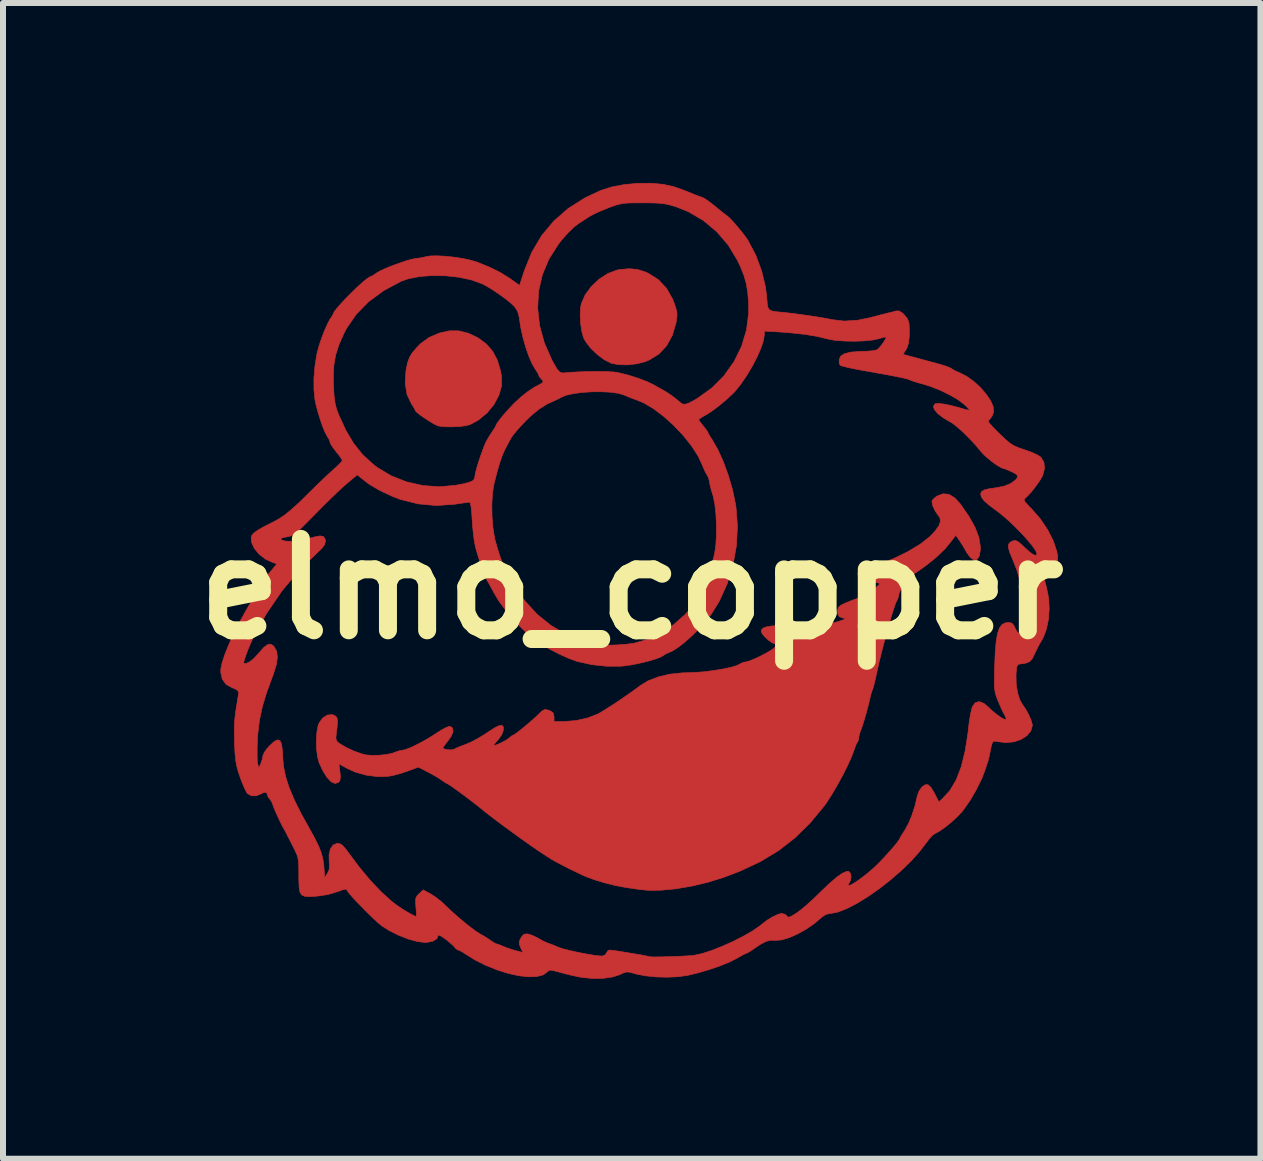
<source format=kicad_pcb>
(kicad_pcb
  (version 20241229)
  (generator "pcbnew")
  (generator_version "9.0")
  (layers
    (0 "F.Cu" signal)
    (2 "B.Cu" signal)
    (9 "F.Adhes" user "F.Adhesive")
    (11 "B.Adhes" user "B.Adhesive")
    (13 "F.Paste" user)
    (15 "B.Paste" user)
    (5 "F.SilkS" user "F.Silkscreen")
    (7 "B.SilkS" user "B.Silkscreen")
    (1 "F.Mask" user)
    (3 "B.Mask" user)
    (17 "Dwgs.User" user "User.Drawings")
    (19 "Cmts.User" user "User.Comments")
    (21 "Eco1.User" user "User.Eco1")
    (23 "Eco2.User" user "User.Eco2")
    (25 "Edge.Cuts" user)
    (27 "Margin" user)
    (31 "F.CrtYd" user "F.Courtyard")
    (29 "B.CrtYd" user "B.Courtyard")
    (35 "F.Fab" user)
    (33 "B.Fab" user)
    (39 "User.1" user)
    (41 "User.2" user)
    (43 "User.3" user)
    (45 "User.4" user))
  (footprint "elmo_copper"
    (layer "F.Cu")
    (at 7.482 6.769)
    (property "Reference" "elmo_copper" (at 0 0 0) (layer "F.SilkS") (effects (font (size 1.524 1.524) (thickness 0.3))))
    (attr through_hole)
    (fp_poly (pts (xy 0.097 -5.326) (xy 0.231 -5.283) (xy 0.274 -5.264) (xy 0.445 -5.156) (xy 0.581 -5.011) (xy 0.683 -4.829) (xy 0.701 -4.783) (xy 0.735 -4.685) (xy 0.753 -4.614) (xy 0.755 -4.551) (xy 0.745 -4.475) (xy 0.739 -4.439) (xy 0.678 -4.23) (xy 0.582 -4.055) (xy 0.452 -3.916) (xy 0.289 -3.816) (xy 0.223 -3.789) (xy 0.081 -3.753) (xy -0.073 -3.736) (xy -0.221 -3.74) (xy -0.342 -3.764) (xy -0.343 -3.764) (xy -0.456 -3.821) (xy -0.575 -3.909) (xy -0.684 -4.014) (xy -0.768 -4.123) (xy -0.802 -4.186) (xy -0.832 -4.293) (xy -0.852 -4.427) (xy -0.859 -4.568) (xy -0.852 -4.695) (xy -0.84 -4.757) (xy -0.775 -4.905) (xy -0.672 -5.044) (xy -0.542 -5.166) (xy -0.395 -5.26) (xy -0.243 -5.317) (xy -0.204 -5.325) (xy -0.041 -5.339) (xy 0.097 -5.326)) (stroke (width 0.01) (type solid)) (fill yes) (layer "F.Cu"))
    (fp_poly (pts (xy -2.883 -4.303) (xy -2.719 -4.262) (xy -2.559 -4.184) (xy -2.425 -4.085) (xy -2.319 -3.963) (xy -2.241 -3.816) (xy -2.187 -3.635) (xy -2.17 -3.54) (xy -2.17 -3.386) (xy -2.215 -3.228) (xy -2.297 -3.075) (xy -2.412 -2.935) (xy -2.553 -2.818) (xy -2.692 -2.742) (xy -2.765 -2.722) (xy -2.87 -2.709) (xy -2.989 -2.703) (xy -3.104 -2.704) (xy -3.198 -2.713) (xy -3.241 -2.724) (xy -3.299 -2.753) (xy -3.374 -2.797) (xy -3.454 -2.85) (xy -3.528 -2.901) (xy -3.582 -2.944) (xy -3.607 -2.971) (xy -3.607 -2.972) (xy -3.62 -3.002) (xy -3.653 -3.058) (xy -3.672 -3.086) (xy -3.745 -3.239) (xy -3.776 -3.42) (xy -3.765 -3.627) (xy -3.761 -3.654) (xy -3.737 -3.771) (xy -3.703 -3.863) (xy -3.652 -3.946) (xy -3.573 -4.035) (xy -3.518 -4.091) (xy -3.382 -4.191) (xy -3.211 -4.265) (xy -3.038 -4.304) (xy -2.883 -4.303)) (stroke (width 0.01) (type solid)) (fill yes) (layer "F.Cu"))
    (fp_poly (pts (xy 5.29 -1.577) (xy 5.387 -1.517) (xy 5.479 -1.416) (xy 5.623 -1.208) (xy 5.726 -1.023) (xy 5.788 -0.856) (xy 5.812 -0.705) (xy 5.812 -0.646) (xy 5.793 -0.546) (xy 5.756 -0.492) (xy 5.706 -0.484) (xy 5.648 -0.522) (xy 5.585 -0.607) (xy 5.573 -0.629) (xy 5.524 -0.715) (xy 5.471 -0.798) (xy 5.46 -0.814) (xy 5.402 -0.896) (xy 5.349 -0.823) (xy 5.224 -0.67) (xy 5.072 -0.524) (xy 4.921 -0.403) (xy 4.834 -0.339) (xy 4.763 -0.289) (xy 4.717 -0.259) (xy 4.705 -0.253) (xy 4.657 -0.23) (xy 4.6 -0.172) (xy 4.542 -0.093) (xy 4.491 -0.006) (xy 4.456 0.077) (xy 4.445 0.133) (xy 4.429 0.182) (xy 4.422 0.192) (xy 4.403 0.229) (xy 4.375 0.308) (xy 4.339 0.421) (xy 4.298 0.56) (xy 4.254 0.718) (xy 4.209 0.886) (xy 4.164 1.058) (xy 4.123 1.225) (xy 4.088 1.38) (xy 4.065 1.486) (xy 4.045 1.574) (xy 4.026 1.645) (xy 4.014 1.677) (xy 3.995 1.728) (xy 3.977 1.799) (xy 3.976 1.804) (xy 3.952 1.909) (xy 3.92 2.031) (xy 3.885 2.154) (xy 3.852 2.263) (xy 3.825 2.341) (xy 3.82 2.353) (xy 3.795 2.423) (xy 3.785 2.48) (xy 3.785 2.482) (xy 3.774 2.535) (xy 3.762 2.554) (xy 3.741 2.592) (xy 3.716 2.658) (xy 3.709 2.68) (xy 3.665 2.797) (xy 3.599 2.944) (xy 3.517 3.107) (xy 3.426 3.273) (xy 3.334 3.43) (xy 3.247 3.565) (xy 3.208 3.619) (xy 2.972 3.904) (xy 2.721 4.15) (xy 2.448 4.362) (xy 2.145 4.545) (xy 1.806 4.704) (xy 1.537 4.807) (xy 1.273 4.889) (xy 1.005 4.953) (xy 0.743 4.998) (xy 0.497 5.022) (xy 0.278 5.025) (xy 0.152 5.013) (xy 0.096 5.005) (xy 0.008 4.992) (xy -0.094 4.977) (xy -0.102 4.976) (xy -0.263 4.946) (xy -0.441 4.902) (xy -0.615 4.85) (xy -0.765 4.795) (xy -0.815 4.773) (xy -1.05 4.66) (xy -1.246 4.558) (xy -1.333 4.509) (xy -1.42 4.454) (xy -1.539 4.376) (xy -1.68 4.279) (xy -1.834 4.17) (xy -1.993 4.055) (xy -2.147 3.942) (xy -2.289 3.836) (xy -2.408 3.744) (xy -2.488 3.68) (xy -2.548 3.631) (xy -2.629 3.568) (xy -2.722 3.497) (xy -2.819 3.424) (xy -2.911 3.357) (xy -2.988 3.301) (xy -3.043 3.264) (xy -3.065 3.251) (xy -3.094 3.237) (xy -3.146 3.203) (xy -3.16 3.193) (xy -3.224 3.15) (xy -3.313 3.098) (xy -3.398 3.052) (xy -3.557 2.97) (xy -3.741 3.038) (xy -3.854 3.076) (xy -3.971 3.107) (xy -4.064 3.125) (xy -4.237 3.129) (xy -4.426 3.104) (xy -4.609 3.053) (xy -4.734 2.997) (xy -4.881 2.916) (xy -4.864 3.053) (xy -4.857 3.139) (xy -4.864 3.191) (xy -4.886 3.223) (xy -4.888 3.225) (xy -4.945 3.243) (xy -5.009 3.216) (xy -5.077 3.146) (xy -5.146 3.038) (xy -5.212 2.896) (xy -5.239 2.793) (xy -5.255 2.663) (xy -5.258 2.524) (xy -5.249 2.39) (xy -5.229 2.28) (xy -5.212 2.235) (xy -5.152 2.152) (xy -5.076 2.103) (xy -4.995 2.095) (xy -4.963 2.105) (xy -4.93 2.126) (xy -4.911 2.158) (xy -4.905 2.212) (xy -4.911 2.297) (xy -4.924 2.4) (xy -4.932 2.478) (xy -4.925 2.524) (xy -4.899 2.556) (xy -4.877 2.573) (xy -4.764 2.641) (xy -4.628 2.704) (xy -4.496 2.751) (xy -4.433 2.766) (xy -4.334 2.775) (xy -4.216 2.773) (xy -4.097 2.761) (xy -3.996 2.741) (xy -3.942 2.721) (xy -3.877 2.698) (xy -3.837 2.692) (xy -3.775 2.679) (xy -3.681 2.643) (xy -3.567 2.588) (xy -3.443 2.521) (xy -3.32 2.447) (xy -3.259 2.407) (xy -3.171 2.351) (xy -3.095 2.31) (xy -3.042 2.291) (xy -3.03 2.29) (xy -2.986 2.318) (xy -2.978 2.374) (xy -3.006 2.449) (xy -3.059 2.527) (xy -3.108 2.589) (xy -3.141 2.635) (xy -3.15 2.65) (xy -3.128 2.667) (xy -3.077 2.679) (xy -3.018 2.683) (xy -2.972 2.678) (xy -2.964 2.674) (xy -2.926 2.654) (xy -2.855 2.624) (xy -2.769 2.592) (xy -2.67 2.549) (xy -2.553 2.486) (xy -2.437 2.415) (xy -2.407 2.394) (xy -2.292 2.319) (xy -2.211 2.279) (xy -2.161 2.274) (xy -2.139 2.303) (xy -2.143 2.366) (xy -2.171 2.435) (xy -2.222 2.508) (xy -2.235 2.522) (xy -2.279 2.572) (xy -2.301 2.604) (xy -2.301 2.609) (xy -2.273 2.606) (xy -2.218 2.584) (xy -2.15 2.551) (xy -2.085 2.515) (xy -2.039 2.483) (xy -2.03 2.474) (xy -1.994 2.444) (xy -1.977 2.438) (xy -1.949 2.423) (xy -1.892 2.381) (xy -1.816 2.321) (xy -1.732 2.25) (xy -1.647 2.177) (xy -1.573 2.109) (xy -1.541 2.078) (xy -1.487 2.028) (xy -1.446 2.01) (xy -1.397 2.018) (xy -1.361 2.031) (xy -1.311 2.064) (xy -1.296 2.122) (xy -1.295 2.133) (xy -1.295 2.21) (xy -1.123 2.21) (xy -0.927 2.194) (xy -0.735 2.151) (xy -0.567 2.086) (xy -0.548 2.076) (xy -0.468 2.028) (xy -0.359 1.959) (xy -0.234 1.878) (xy -0.107 1.791) (xy 0.01 1.71) (xy 0.105 1.64) (xy 0.14 1.613) (xy 0.272 1.532) (xy 0.441 1.467) (xy 0.634 1.421) (xy 0.839 1.399) (xy 0.914 1.397) (xy 1.057 1.392) (xy 1.212 1.38) (xy 1.367 1.36) (xy 1.515 1.336) (xy 1.643 1.309) (xy 1.744 1.28) (xy 1.805 1.251) (xy 1.813 1.245) (xy 1.859 1.223) (xy 1.889 1.219) (xy 1.943 1.207) (xy 2.027 1.175) (xy 2.128 1.129) (xy 2.232 1.075) (xy 2.318 1.025) (xy 2.382 0.977) (xy 2.412 0.939) (xy 2.404 0.917) (xy 2.385 0.914) (xy 2.34 0.897) (xy 2.28 0.854) (xy 2.22 0.799) (xy 2.175 0.745) (xy 2.159 0.708) (xy 2.167 0.676) (xy 2.195 0.651) (xy 2.248 0.632) (xy 2.331 0.618) (xy 2.45 0.609) (xy 2.609 0.602) (xy 2.794 0.599) (xy 2.979 0.596) (xy 3.122 0.591) (xy 3.231 0.584) (xy 3.317 0.573) (xy 3.388 0.559) (xy 3.441 0.544) (xy 3.52 0.517) (xy 3.556 0.501) (xy 3.554 0.491) (xy 3.519 0.483) (xy 3.517 0.483) (xy 3.46 0.462) (xy 3.436 0.416) (xy 3.434 0.398) (xy 3.433 0.344) (xy 3.452 0.302) (xy 3.498 0.265) (xy 3.579 0.227) (xy 3.677 0.189) (xy 3.809 0.139) (xy 3.907 0.094) (xy 3.984 0.048) (xy 4.054 -0.007) (xy 4.071 -0.023) (xy 4.142 -0.088) (xy 4.059 -0.116) (xy 3.995 -0.15) (xy 3.969 -0.201) (xy 3.967 -0.21) (xy 3.975 -0.298) (xy 4.023 -0.362) (xy 4.106 -0.404) (xy 4.37 -0.508) (xy 4.605 -0.623) (xy 4.806 -0.744) (xy 4.965 -0.867) (xy 5.052 -0.957) (xy 5.121 -1.053) (xy 5.148 -1.128) (xy 5.137 -1.19) (xy 5.11 -1.227) (xy 5.059 -1.3) (xy 5.019 -1.386) (xy 5.004 -1.46) (xy 5.024 -1.494) (xy 5.073 -1.537) (xy 5.091 -1.549) (xy 5.192 -1.587) (xy 5.29 -1.577)) (stroke (width 0.01) (type solid)) (fill yes) (layer "F.Cu"))
    (fp_poly (pts (xy 0.524 -6.746) (xy 0.699 -6.707) (xy 0.705 -6.705) (xy 0.81 -6.669) (xy 0.911 -6.631) (xy 0.978 -6.604) (xy 1.058 -6.57) (xy 1.129 -6.544) (xy 1.143 -6.54) (xy 1.195 -6.519) (xy 1.257 -6.481) (xy 1.339 -6.42) (xy 1.443 -6.335) (xy 1.511 -6.28) (xy 1.573 -6.233) (xy 1.59 -6.221) (xy 1.634 -6.182) (xy 1.698 -6.114) (xy 1.771 -6.029) (xy 1.844 -5.94) (xy 1.907 -5.857) (xy 1.937 -5.812) (xy 2.066 -5.57) (xy 2.165 -5.303) (xy 2.231 -5.03) (xy 2.25 -4.87) (xy 2.259 -4.765) (xy 2.269 -4.697) (xy 2.293 -4.656) (xy 2.338 -4.634) (xy 2.416 -4.621) (xy 2.527 -4.611) (xy 2.66 -4.596) (xy 2.813 -4.576) (xy 2.973 -4.553) (xy 3.124 -4.53) (xy 3.253 -4.508) (xy 3.34 -4.49) (xy 3.542 -4.466) (xy 3.767 -4.48) (xy 3.979 -4.524) (xy 4.087 -4.553) (xy 4.187 -4.579) (xy 4.26 -4.597) (xy 4.267 -4.599) (xy 4.344 -4.617) (xy 4.407 -4.635) (xy 4.409 -4.635) (xy 4.458 -4.635) (xy 4.515 -4.598) (xy 4.543 -4.572) (xy 4.597 -4.506) (xy 4.622 -4.435) (xy 4.627 -4.373) (xy 4.628 -4.218) (xy 4.616 -4.104) (xy 4.59 -4.02) (xy 4.568 -3.982) (xy 4.537 -3.935) (xy 4.525 -3.911) (xy 4.526 -3.91) (xy 4.552 -3.904) (xy 4.616 -3.886) (xy 4.707 -3.862) (xy 4.763 -3.847) (xy 4.887 -3.813) (xy 5.014 -3.779) (xy 5.121 -3.75) (xy 5.144 -3.744) (xy 5.231 -3.717) (xy 5.302 -3.69) (xy 5.334 -3.672) (xy 5.383 -3.642) (xy 5.452 -3.61) (xy 5.461 -3.607) (xy 5.58 -3.547) (xy 5.699 -3.463) (xy 5.81 -3.362) (xy 5.906 -3.252) (xy 5.981 -3.143) (xy 6.026 -3.041) (xy 6.034 -2.955) (xy 6.033 -2.949) (xy 6.009 -2.884) (xy 5.98 -2.843) (xy 5.949 -2.808) (xy 5.944 -2.792) (xy 5.961 -2.766) (xy 6.007 -2.714) (xy 6.075 -2.643) (xy 6.14 -2.579) (xy 6.233 -2.491) (xy 6.304 -2.431) (xy 6.37 -2.389) (xy 6.444 -2.356) (xy 6.541 -2.323) (xy 6.553 -2.319) (xy 6.671 -2.277) (xy 6.766 -2.233) (xy 6.824 -2.193) (xy 6.826 -2.191) (xy 6.873 -2.108) (xy 6.881 -2.003) (xy 6.852 -1.893) (xy 6.844 -1.876) (xy 6.795 -1.795) (xy 6.728 -1.701) (xy 6.657 -1.611) (xy 6.593 -1.543) (xy 6.574 -1.526) (xy 6.549 -1.503) (xy 6.542 -1.482) (xy 6.557 -1.452) (xy 6.598 -1.405) (xy 6.67 -1.331) (xy 6.814 -1.166) (xy 6.935 -0.985) (xy 7.028 -0.801) (xy 7.087 -0.625) (xy 7.102 -0.537) (xy 7.1 -0.418) (xy 7.065 -0.334) (xy 6.993 -0.282) (xy 6.951 -0.268) (xy 6.889 -0.248) (xy 6.866 -0.224) (xy 6.87 -0.192) (xy 6.912 -0.037) (xy 6.939 0.086) (xy 6.954 0.194) (xy 6.959 0.302) (xy 6.96 0.333) (xy 6.948 0.505) (xy 6.914 0.669) (xy 6.863 0.806) (xy 6.83 0.865) (xy 6.795 0.924) (xy 6.752 1.008) (xy 6.722 1.073) (xy 6.681 1.158) (xy 6.639 1.207) (xy 6.582 1.234) (xy 6.492 1.249) (xy 6.478 1.25) (xy 6.446 1.257) (xy 6.427 1.277) (xy 6.416 1.32) (xy 6.409 1.398) (xy 6.407 1.443) (xy 6.41 1.587) (xy 6.432 1.726) (xy 6.468 1.846) (xy 6.516 1.93) (xy 6.516 1.93) (xy 6.568 2.004) (xy 6.618 2.096) (xy 6.657 2.187) (xy 6.678 2.261) (xy 6.679 2.278) (xy 6.654 2.367) (xy 6.589 2.445) (xy 6.493 2.508) (xy 6.376 2.548) (xy 6.249 2.561) (xy 6.203 2.558) (xy 6.123 2.548) (xy 6.062 2.539) (xy 6.046 2.536) (xy 6.021 2.547) (xy 5.999 2.6) (xy 5.982 2.68) (xy 5.965 2.768) (xy 5.949 2.838) (xy 5.94 2.87) (xy 5.923 2.918) (xy 5.9 2.989) (xy 5.894 3.01) (xy 5.833 3.168) (xy 5.746 3.344) (xy 5.646 3.517) (xy 5.541 3.669) (xy 5.504 3.715) (xy 5.426 3.798) (xy 5.333 3.884) (xy 5.234 3.965) (xy 5.143 4.03) (xy 5.072 4.07) (xy 5.06 4.075) (xy 5.018 4.104) (xy 4.963 4.163) (xy 4.917 4.224) (xy 4.798 4.379) (xy 4.654 4.539) (xy 4.489 4.699) (xy 4.311 4.853) (xy 4.126 4.998) (xy 3.94 5.128) (xy 3.76 5.239) (xy 3.593 5.326) (xy 3.444 5.385) (xy 3.32 5.41) (xy 3.301 5.41) (xy 3.235 5.428) (xy 3.172 5.469) (xy 3.049 5.575) (xy 2.91 5.671) (xy 2.765 5.752) (xy 2.625 5.814) (xy 2.5 5.851) (xy 2.399 5.859) (xy 2.392 5.858) (xy 2.315 5.856) (xy 2.234 5.878) (xy 2.139 5.929) (xy 2.054 5.987) (xy 1.987 6.032) (xy 1.936 6.063) (xy 1.918 6.071) (xy 1.888 6.083) (xy 1.828 6.114) (xy 1.756 6.156) (xy 1.636 6.217) (xy 1.48 6.281) (xy 1.3 6.343) (xy 1.111 6.399) (xy 0.934 6.442) (xy 0.779 6.464) (xy 0.598 6.473) (xy 0.409 6.468) (xy 0.23 6.45) (xy 0.079 6.421) (xy 0.055 6.414) (xy -0.025 6.391) (xy -0.08 6.385) (xy -0.131 6.398) (xy -0.199 6.43) (xy -0.319 6.469) (xy -0.473 6.491) (xy -0.645 6.494) (xy -0.822 6.478) (xy -0.889 6.466) (xy -1.009 6.44) (xy -1.14 6.407) (xy -1.213 6.387) (xy -1.301 6.364) (xy -1.353 6.355) (xy -1.383 6.362) (xy -1.404 6.381) (xy -1.476 6.434) (xy -1.585 6.462) (xy -1.724 6.466) (xy -1.884 6.448) (xy -2.061 6.409) (xy -2.245 6.351) (xy -2.432 6.276) (xy -2.613 6.185) (xy -2.76 6.093) (xy -2.826 6.051) (xy -2.877 6.024) (xy -2.893 6.02) (xy -2.928 6.001) (xy -2.939 5.988) (xy -2.973 5.948) (xy -3.028 5.899) (xy -3.091 5.848) (xy -3.153 5.804) (xy -3.201 5.775) (xy -3.225 5.77) (xy -3.226 5.773) (xy -3.249 5.831) (xy -3.314 5.872) (xy -3.413 5.892) (xy -3.449 5.893) (xy -3.577 5.877) (xy -3.729 5.835) (xy -3.891 5.771) (xy -4.048 5.692) (xy -4.166 5.617) (xy -4.222 5.571) (xy -4.298 5.502) (xy -4.386 5.418) (xy -4.478 5.325) (xy -4.567 5.233) (xy -4.646 5.148) (xy -4.707 5.079) (xy -4.743 5.032) (xy -4.75 5.017) (xy -4.764 5.004) (xy -4.811 5.013) (xy -4.897 5.044) (xy -4.903 5.046) (xy -5.066 5.095) (xy -5.254 5.122) (xy -5.265 5.123) (xy -5.375 5.129) (xy -5.452 5.124) (xy -5.502 5.101) (xy -5.532 5.053) (xy -5.545 4.972) (xy -5.55 4.852) (xy -5.55 4.765) (xy -5.551 4.637) (xy -5.556 4.546) (xy -5.566 4.479) (xy -5.586 4.419) (xy -5.616 4.355) (xy -5.622 4.343) (xy -5.667 4.254) (xy -5.709 4.17) (xy -5.731 4.128) (xy -5.764 4.062) (xy -5.791 4.013) (xy -5.828 3.947) (xy -5.872 3.857) (xy -5.917 3.76) (xy -5.956 3.672) (xy -5.98 3.608) (xy -5.983 3.597) (xy -6.009 3.536) (xy -6.035 3.503) (xy -6.066 3.461) (xy -6.071 3.44) (xy -6.087 3.397) (xy -6.131 3.392) (xy -6.178 3.415) (xy -6.26 3.449) (xy -6.343 3.447) (xy -6.408 3.41) (xy -6.408 3.409) (xy -6.434 3.366) (xy -6.47 3.288) (xy -6.51 3.189) (xy -6.529 3.137) (xy -6.563 3.035) (xy -6.587 2.945) (xy -6.603 2.853) (xy -6.614 2.744) (xy -6.621 2.603) (xy -6.622 2.566) (xy -6.626 2.37) (xy -6.621 2.205) (xy -6.605 2.057) (xy -6.594 1.988) (xy -6.576 1.881) (xy -6.562 1.791) (xy -6.554 1.731) (xy -6.553 1.717) (xy -6.575 1.688) (xy -6.631 1.658) (xy -6.661 1.647) (xy -6.762 1.591) (xy -6.827 1.502) (xy -6.852 1.387) (xy -6.85 1.333) (xy -6.828 1.227) (xy -6.469 1.227) (xy -6.467 1.237) (xy -6.428 1.243) (xy -6.368 1.214) (xy -6.294 1.154) (xy -6.216 1.069) (xy -6.213 1.065) (xy -6.134 0.975) (xy -6.071 0.928) (xy -6.02 0.92) (xy -5.973 0.948) (xy -5.964 0.959) (xy -5.92 1.037) (xy -5.907 1.138) (xy -5.926 1.267) (xy -5.977 1.429) (xy -5.994 1.473) (xy -6.089 1.733) (xy -6.159 1.966) (xy -6.206 2.186) (xy -6.233 2.407) (xy -6.24 2.517) (xy -6.245 2.647) (xy -6.245 2.764) (xy -6.243 2.856) (xy -6.236 2.91) (xy -6.236 2.911) (xy -6.217 2.985) (xy -6.183 2.908) (xy -6.158 2.838) (xy -6.148 2.78) (xy -6.13 2.734) (xy -6.087 2.67) (xy -6.044 2.621) (xy -5.966 2.548) (xy -5.907 2.516) (xy -5.865 2.528) (xy -5.839 2.584) (xy -5.824 2.687) (xy -5.82 2.788) (xy -5.806 2.954) (xy -5.771 3.126) (xy -5.712 3.311) (xy -5.626 3.515) (xy -5.512 3.745) (xy -5.377 3.988) (xy -5.286 4.153) (xy -5.22 4.287) (xy -5.175 4.402) (xy -5.148 4.508) (xy -5.133 4.616) (xy -5.133 4.622) (xy -5.118 4.812) (xy -5.073 4.742) (xy -5.044 4.679) (xy -5.039 4.602) (xy -5.044 4.552) (xy -5.046 4.432) (xy -5.023 4.334) (xy -4.977 4.268) (xy -4.913 4.242) (xy -4.907 4.242) (xy -4.863 4.249) (xy -4.822 4.275) (xy -4.772 4.33) (xy -4.722 4.398) (xy -4.537 4.645) (xy -4.352 4.866) (xy -4.172 5.055) (xy -4.004 5.207) (xy -3.924 5.268) (xy -3.836 5.328) (xy -3.746 5.384) (xy -3.666 5.429) (xy -3.609 5.456) (xy -3.591 5.461) (xy -3.589 5.438) (xy -3.592 5.378) (xy -3.598 5.302) (xy -3.604 5.213) (xy -3.6 5.158) (xy -3.581 5.119) (xy -3.545 5.081) (xy -3.477 5.018) (xy -3.358 5.081) (xy -3.275 5.134) (xy -3.181 5.207) (xy -3.114 5.269) (xy -3.018 5.361) (xy -2.908 5.459) (xy -2.796 5.554) (xy -2.689 5.64) (xy -2.598 5.707) (xy -2.533 5.749) (xy -2.528 5.752) (xy -2.456 5.792) (xy -2.377 5.844) (xy -2.364 5.853) (xy -2.305 5.893) (xy -2.261 5.916) (xy -2.253 5.918) (xy -2.216 5.928) (xy -2.157 5.953) (xy -2.15 5.956) (xy -2.077 5.985) (xy -1.983 6.016) (xy -1.941 6.028) (xy -1.811 6.061) (xy -1.845 5.996) (xy -1.875 5.922) (xy -1.87 5.862) (xy -1.838 5.802) (xy -1.799 5.758) (xy -1.75 5.75) (xy -1.718 5.755) (xy -1.644 5.781) (xy -1.563 5.821) (xy -1.55 5.829) (xy -1.476 5.871) (xy -1.408 5.901) (xy -1.397 5.905) (xy -1.335 5.927) (xy -1.253 5.961) (xy -1.223 5.974) (xy -1.156 5.997) (xy -1.053 6.024) (xy -0.927 6.052) (xy -0.794 6.079) (xy -0.667 6.101) (xy -0.56 6.116) (xy -0.492 6.121) (xy -0.44 6.1) (xy -0.424 6.071) (xy -0.395 6.029) (xy -0.367 6.02) (xy -0.328 6.024) (xy -0.253 6.034) (xy -0.155 6.05) (xy -0.044 6.068) (xy 0.068 6.087) (xy 0.169 6.104) (xy 0.247 6.119) (xy 0.292 6.129) (xy 0.298 6.131) (xy 0.326 6.134) (xy 0.393 6.135) (xy 0.489 6.134) (xy 0.604 6.131) (xy 0.725 6.127) (xy 0.842 6.122) (xy 0.943 6.116) (xy 1.019 6.111) (xy 1.041 6.108) (xy 1.173 6.079) (xy 1.333 6.027) (xy 1.51 5.957) (xy 1.692 5.876) (xy 1.866 5.787) (xy 2.019 5.699) (xy 2.14 5.615) (xy 2.172 5.589) (xy 2.254 5.525) (xy 2.346 5.469) (xy 2.432 5.428) (xy 2.497 5.41) (xy 2.5 5.41) (xy 2.557 5.425) (xy 2.586 5.451) (xy 2.604 5.471) (xy 2.632 5.469) (xy 2.682 5.445) (xy 2.747 5.404) (xy 2.819 5.351) (xy 2.914 5.272) (xy 3.019 5.177) (xy 3.123 5.077) (xy 3.125 5.074) (xy 3.279 4.926) (xy 3.408 4.814) (xy 3.51 4.741) (xy 3.584 4.708) (xy 3.619 4.708) (xy 3.647 4.742) (xy 3.657 4.802) (xy 3.647 4.863) (xy 3.628 4.897) (xy 3.609 4.93) (xy 3.612 4.941) (xy 3.643 4.939) (xy 3.703 4.907) (xy 3.783 4.854) (xy 3.877 4.784) (xy 3.974 4.705) (xy 4.068 4.62) (xy 4.102 4.587) (xy 4.19 4.496) (xy 4.277 4.402) (xy 4.356 4.312) (xy 4.419 4.236) (xy 4.459 4.181) (xy 4.47 4.158) (xy 4.483 4.132) (xy 4.517 4.077) (xy 4.554 4.021) (xy 4.615 3.91) (xy 4.674 3.767) (xy 4.724 3.611) (xy 4.759 3.461) (xy 4.761 3.452) (xy 4.79 3.371) (xy 4.838 3.302) (xy 4.84 3.301) (xy 4.893 3.264) (xy 4.94 3.264) (xy 4.987 3.306) (xy 5.04 3.393) (xy 5.055 3.422) (xy 5.12 3.55) (xy 5.182 3.495) (xy 5.306 3.359) (xy 5.41 3.182) (xy 5.494 2.964) (xy 5.559 2.701) (xy 5.607 2.394) (xy 5.613 2.332) (xy 5.629 2.208) (xy 5.647 2.094) (xy 5.667 2.005) (xy 5.68 1.962) (xy 5.729 1.896) (xy 5.793 1.878) (xy 5.87 1.907) (xy 5.944 1.968) (xy 6.015 2.036) (xy 6.092 2.098) (xy 6.162 2.147) (xy 6.215 2.175) (xy 6.24 2.176) (xy 6.239 2.146) (xy 6.217 2.102) (xy 6.188 2.049) (xy 6.15 1.966) (xy 6.11 1.871) (xy 6.109 1.869) (xy 6.083 1.804) (xy 6.065 1.749) (xy 6.054 1.694) (xy 6.047 1.628) (xy 6.045 1.542) (xy 6.047 1.426) (xy 6.051 1.269) (xy 6.052 1.26) (xy 6.061 1.045) (xy 6.076 0.876) (xy 6.098 0.748) (xy 6.128 0.657) (xy 6.169 0.598) (xy 6.221 0.567) (xy 6.279 0.559) (xy 6.334 0.568) (xy 6.37 0.606) (xy 6.39 0.648) (xy 6.419 0.705) (xy 6.444 0.735) (xy 6.449 0.737) (xy 6.464 0.713) (xy 6.48 0.651) (xy 6.496 0.561) (xy 6.511 0.455) (xy 6.521 0.344) (xy 6.527 0.241) (xy 6.527 0.209) (xy 6.514 0.051) (xy 6.477 -0.131) (xy 6.42 -0.319) (xy 6.352 -0.491) (xy 6.303 -0.607) (xy 6.28 -0.688) (xy 6.281 -0.742) (xy 6.307 -0.777) (xy 6.323 -0.787) (xy 6.367 -0.806) (xy 6.406 -0.806) (xy 6.45 -0.782) (xy 6.511 -0.729) (xy 6.556 -0.686) (xy 6.642 -0.609) (xy 6.706 -0.566) (xy 6.745 -0.561) (xy 6.756 -0.585) (xy 6.738 -0.633) (xy 6.688 -0.708) (xy 6.613 -0.8) (xy 6.52 -0.905) (xy 6.414 -1.014) (xy 6.304 -1.12) (xy 6.195 -1.217) (xy 6.095 -1.297) (xy 6.075 -1.311) (xy 5.955 -1.4) (xy 5.875 -1.471) (xy 5.831 -1.53) (xy 5.817 -1.58) (xy 5.83 -1.621) (xy 5.875 -1.65) (xy 5.958 -1.671) (xy 6.068 -1.686) (xy 6.205 -1.712) (xy 6.32 -1.759) (xy 6.402 -1.82) (xy 6.426 -1.854) (xy 6.434 -1.885) (xy 6.413 -1.912) (xy 6.355 -1.945) (xy 6.337 -1.953) (xy 6.267 -1.984) (xy 6.216 -2.004) (xy 6.203 -2.007) (xy 6.157 -2.023) (xy 6.087 -2.065) (xy 6.005 -2.124) (xy 5.923 -2.19) (xy 5.855 -2.255) (xy 5.826 -2.288) (xy 5.737 -2.394) (xy 5.636 -2.503) (xy 5.532 -2.607) (xy 5.433 -2.696) (xy 5.351 -2.761) (xy 5.313 -2.784) (xy 5.195 -2.853) (xy 5.105 -2.922) (xy 5.049 -2.986) (xy 5.029 -3.04) (xy 5.05 -3.08) (xy 5.069 -3.09) (xy 5.119 -3.093) (xy 5.206 -3.082) (xy 5.318 -3.06) (xy 5.443 -3.027) (xy 5.51 -3.007) (xy 5.578 -2.988) (xy 5.623 -2.98) (xy 5.631 -2.981) (xy 5.619 -3.001) (xy 5.579 -3.044) (xy 5.539 -3.081) (xy 5.438 -3.157) (xy 5.302 -3.236) (xy 5.148 -3.311) (xy 4.991 -3.374) (xy 4.859 -3.415) (xy 4.765 -3.441) (xy 4.686 -3.466) (xy 4.639 -3.484) (xy 4.615 -3.494) (xy 4.576 -3.506) (xy 4.517 -3.52) (xy 4.433 -3.537) (xy 4.319 -3.56) (xy 4.168 -3.587) (xy 3.976 -3.622) (xy 3.85 -3.644) (xy 3.721 -3.668) (xy 3.61 -3.691) (xy 3.526 -3.712) (xy 3.479 -3.726) (xy 3.474 -3.73) (xy 3.459 -3.77) (xy 3.459 -3.824) (xy 3.484 -3.881) (xy 3.547 -3.922) (xy 3.65 -3.948) (xy 3.798 -3.96) (xy 3.843 -3.96) (xy 3.945 -3.965) (xy 4.03 -3.973) (xy 4.084 -3.985) (xy 4.089 -3.987) (xy 4.126 -4.02) (xy 4.172 -4.076) (xy 4.214 -4.137) (xy 4.239 -4.186) (xy 4.242 -4.198) (xy 4.22 -4.199) (xy 4.165 -4.186) (xy 4.121 -4.172) (xy 4.016 -4.15) (xy 3.876 -4.136) (xy 3.718 -4.13) (xy 3.556 -4.133) (xy 3.406 -4.143) (xy 3.285 -4.163) (xy 3.251 -4.172) (xy 3.095 -4.21) (xy 2.897 -4.243) (xy 2.663 -4.269) (xy 2.457 -4.285) (xy 2.21 -4.299) (xy 2.21 -4.233) (xy 2.195 -4.136) (xy 2.152 -4.01) (xy 2.089 -3.865) (xy 2.009 -3.712) (xy 1.918 -3.559) (xy 1.822 -3.419) (xy 1.727 -3.3) (xy 1.691 -3.262) (xy 1.583 -3.161) (xy 1.464 -3.062) (xy 1.348 -2.973) (xy 1.248 -2.908) (xy 1.226 -2.896) (xy 1.162 -2.86) (xy 1.124 -2.831) (xy 1.118 -2.822) (xy 1.133 -2.794) (xy 1.171 -2.743) (xy 1.193 -2.717) (xy 1.238 -2.66) (xy 1.265 -2.62) (xy 1.269 -2.611) (xy 1.283 -2.581) (xy 1.316 -2.526) (xy 1.335 -2.498) (xy 1.434 -2.327) (xy 1.528 -2.12) (xy 1.612 -1.888) (xy 1.682 -1.648) (xy 1.731 -1.41) (xy 1.738 -1.368) (xy 1.763 -1.047) (xy 1.745 -0.719) (xy 1.687 -0.394) (xy 1.59 -0.082) (xy 1.458 0.208) (xy 1.327 0.419) (xy 1.232 0.54) (xy 1.121 0.664) (xy 1.001 0.783) (xy 0.881 0.89) (xy 0.769 0.977) (xy 0.675 1.036) (xy 0.632 1.054) (xy 0.568 1.083) (xy 0.533 1.106) (xy 0.479 1.137) (xy 0.385 1.171) (xy 0.266 1.206) (xy 0.133 1.238) (xy -0.003 1.265) (xy -0.129 1.283) (xy -0.183 1.288) (xy -0.419 1.288) (xy -0.666 1.262) (xy -0.896 1.211) (xy -0.927 1.202) (xy -1.059 1.153) (xy -1.213 1.083) (xy -1.37 1.002) (xy -1.511 0.919) (xy -1.584 0.87) (xy -1.756 0.73) (xy -1.927 0.561) (xy -2.085 0.378) (xy -2.219 0.195) (xy -2.295 0.066) (xy -2.342 -0.021) (xy -2.381 -0.092) (xy -2.406 -0.134) (xy -2.409 -0.137) (xy -2.43 -0.179) (xy -2.461 -0.257) (xy -2.499 -0.36) (xy -2.538 -0.475) (xy -2.574 -0.589) (xy -2.603 -0.69) (xy -2.605 -0.699) (xy -2.623 -0.788) (xy -2.639 -0.91) (xy -2.653 -1.047) (xy -2.66 -1.149) (xy -2.669 -1.29) (xy -2.681 -1.388) (xy -2.685 -1.402) (xy -2.332 -1.402) (xy -2.329 -1.21) (xy -2.314 -1.022) (xy -2.288 -0.856) (xy -2.276 -0.807) (xy -2.239 -0.677) (xy -2.198 -0.549) (xy -2.156 -0.436) (xy -2.119 -0.35) (xy -2.091 -0.303) (xy -2.063 -0.254) (xy -2.057 -0.23) (xy -2.043 -0.184) (xy -2.006 -0.113) (xy -1.954 -0.029) (xy -1.894 0.054) (xy -1.894 0.054) (xy -1.845 0.117) (xy -1.785 0.193) (xy -1.765 0.218) (xy -1.57 0.429) (xy -1.347 0.608) (xy -1.102 0.753) (xy -0.843 0.858) (xy -0.579 0.92) (xy -0.368 0.937) (xy -0.237 0.933) (xy -0.098 0.923) (xy 0.022 0.908) (xy 0.038 0.905) (xy 0.26 0.843) (xy 0.483 0.738) (xy 0.697 0.597) (xy 0.89 0.427) (xy 1.03 0.268) (xy 1.137 0.099) (xy 1.235 -0.111) (xy 1.32 -0.351) (xy 1.38 -0.579) (xy 1.401 -0.716) (xy 1.412 -0.882) (xy 1.412 -1.063) (xy 1.404 -1.244) (xy 1.386 -1.409) (xy 1.36 -1.543) (xy 1.35 -1.575) (xy 1.322 -1.667) (xy 1.303 -1.745) (xy 1.296 -1.791) (xy 1.281 -1.852) (xy 1.256 -1.898) (xy 1.223 -1.959) (xy 1.188 -2.038) (xy 1.181 -2.057) (xy 1.107 -2.216) (xy 0.997 -2.386) (xy 0.859 -2.559) (xy 0.702 -2.725) (xy 0.534 -2.877) (xy 0.364 -3.005) (xy 0.2 -3.102) (xy 0.087 -3.149) (xy -0.000297 -3.181) (xy -0.098 -3.221) (xy -0.127 -3.234) (xy -0.222 -3.262) (xy -0.353 -3.28) (xy -0.506 -3.288) (xy -0.669 -3.287) (xy -0.831 -3.276) (xy -0.977 -3.256) (xy -1.096 -3.229) (xy -1.168 -3.198) (xy -1.225 -3.168) (xy -1.245 -3.159) (xy -1.405 -3.086) (xy -1.544 -2.999) (xy -1.679 -2.888) (xy -1.767 -2.803) (xy -1.855 -2.711) (xy -1.934 -2.62) (xy -1.994 -2.544) (xy -2.021 -2.502) (xy -2.065 -2.418) (xy -2.108 -2.337) (xy -2.113 -2.328) (xy -2.155 -2.234) (xy -2.201 -2.103) (xy -2.247 -1.945) (xy -2.291 -1.773) (xy -2.301 -1.727) (xy -2.323 -1.58) (xy -2.332 -1.402) (xy -2.685 -1.402) (xy -2.694 -1.439) (xy -2.703 -1.447) (xy -2.739 -1.443) (xy -2.812 -1.433) (xy -2.909 -1.419) (xy -2.953 -1.412) (xy -3.257 -1.391) (xy -3.563 -1.419) (xy -3.861 -1.494) (xy -3.988 -1.543) (xy -4.202 -1.643) (xy -4.379 -1.748) (xy -4.46 -1.809) (xy -4.576 -1.903) (xy -4.745 -1.762) (xy -4.818 -1.698) (xy -4.916 -1.606) (xy -5.031 -1.495) (xy -5.155 -1.373) (xy -5.273 -1.253) (xy -5.397 -1.127) (xy -5.491 -1.033) (xy -5.562 -0.966) (xy -5.617 -0.921) (xy -5.66 -0.894) (xy -5.698 -0.879) (xy -5.737 -0.871) (xy -5.818 -0.855) (xy -5.852 -0.836) (xy -5.838 -0.816) (xy -5.777 -0.798) (xy -5.682 -0.794) (xy -5.553 -0.807) (xy -5.406 -0.836) (xy -5.293 -0.866) (xy -5.196 -0.885) (xy -5.136 -0.872) (xy -5.109 -0.825) (xy -5.106 -0.795) (xy -5.121 -0.737) (xy -5.169 -0.674) (xy -5.224 -0.622) (xy -5.542 -0.314) (xy -5.834 0.035) (xy -6.094 0.418) (xy -6.311 0.813) (xy -6.354 0.907) (xy -6.396 1.007) (xy -6.432 1.101) (xy -6.458 1.178) (xy -6.469 1.227) (xy -6.828 1.227) (xy -6.828 1.227) (xy -6.781 1.086) (xy -6.714 0.92) (xy -6.631 0.737) (xy -6.534 0.546) (xy -6.428 0.355) (xy -6.408 0.321) (xy -6.352 0.225) (xy -6.308 0.146) (xy -6.28 0.092) (xy -6.274 0.076) (xy -6.257 0.046) (xy -6.236 0.025) (xy -6.203 -0.018) (xy -6.198 -0.042) (xy -6.182 -0.077) (xy -6.141 -0.139) (xy -6.082 -0.217) (xy -6.057 -0.248) (xy -5.916 -0.418) (xy -5.987 -0.442) (xy -6.106 -0.497) (xy -6.21 -0.578) (xy -6.29 -0.673) (xy -6.337 -0.773) (xy -6.345 -0.856) (xy -6.333 -0.893) (xy -6.3 -0.931) (xy -6.241 -0.975) (xy -6.15 -1.028) (xy -6.02 -1.095) (xy -5.969 -1.12) (xy -5.875 -1.172) (xy -5.778 -1.238) (xy -5.672 -1.325) (xy -5.548 -1.437) (xy -5.4 -1.582) (xy -5.371 -1.611) (xy -5.264 -1.717) (xy -5.155 -1.822) (xy -5.055 -1.916) (xy -4.978 -1.986) (xy -4.971 -1.992) (xy -4.901 -2.055) (xy -4.85 -2.108) (xy -4.826 -2.14) (xy -4.826 -2.143) (xy -4.841 -2.174) (xy -4.881 -2.231) (xy -4.928 -2.289) (xy -4.981 -2.358) (xy -5.018 -2.416) (xy -5.029 -2.446) (xy -5.044 -2.492) (xy -5.075 -2.543) (xy -5.11 -2.606) (xy -5.152 -2.706) (xy -5.194 -2.828) (xy -5.234 -2.959) (xy -5.267 -3.086) (xy -5.282 -3.163) (xy -5.298 -3.325) (xy -5.298 -3.515) (xy -5.296 -3.54) (xy -4.975 -3.54) (xy -4.972 -3.393) (xy -4.965 -3.252) (xy -4.954 -3.146) (xy -4.938 -3.059) (xy -4.913 -2.977) (xy -4.882 -2.896) (xy -4.765 -2.642) (xy -4.638 -2.429) (xy -4.494 -2.248) (xy -4.326 -2.091) (xy -4.242 -2.025) (xy -4.012 -1.887) (xy -3.756 -1.786) (xy -3.484 -1.724) (xy -3.206 -1.704) (xy -2.934 -1.728) (xy -2.932 -1.729) (xy -2.797 -1.755) (xy -2.705 -1.779) (xy -2.649 -1.805) (xy -2.622 -1.836) (xy -2.616 -1.867) (xy -2.608 -1.922) (xy -2.585 -2.012) (xy -2.552 -2.121) (xy -2.513 -2.237) (xy -2.474 -2.345) (xy -2.438 -2.433) (xy -2.421 -2.467) (xy -2.372 -2.55) (xy -2.319 -2.632) (xy -2.318 -2.633) (xy -2.281 -2.689) (xy -2.262 -2.727) (xy -2.261 -2.732) (xy -2.244 -2.763) (xy -2.201 -2.822) (xy -2.139 -2.899) (xy -2.065 -2.983) (xy -1.988 -3.066) (xy -1.958 -3.097) (xy -1.85 -3.197) (xy -1.734 -3.289) (xy -1.623 -3.363) (xy -1.543 -3.405) (xy -1.487 -3.436) (xy -1.478 -3.468) (xy -1.511 -3.505) (xy -1.543 -3.543) (xy -1.549 -3.561) (xy -1.563 -3.595) (xy -1.598 -3.65) (xy -1.609 -3.666) (xy -1.661 -3.755) (xy -1.715 -3.88) (xy -1.767 -4.029) (xy -1.812 -4.188) (xy -1.847 -4.343) (xy -1.858 -4.412) (xy -1.875 -4.526) (xy -1.895 -4.605) (xy -1.92 -4.661) (xy -1.935 -4.68) (xy -1.568 -4.68) (xy -1.536 -4.391) (xy -1.456 -4.1) (xy -1.328 -3.81) (xy -1.248 -3.67) (xy -1.2 -3.615) (xy -1.147 -3.6) (xy -1.14 -3.601) (xy -1.013 -3.612) (xy -0.864 -3.62) (xy -0.706 -3.625) (xy -0.551 -3.626) (xy -0.411 -3.623) (xy -0.299 -3.617) (xy -0.232 -3.608) (xy -0.054 -3.564) (xy 0.119 -3.509) (xy 0.27 -3.45) (xy 0.356 -3.408) (xy 0.433 -3.365) (xy 0.499 -3.328) (xy 0.521 -3.316) (xy 0.6 -3.269) (xy 0.688 -3.207) (xy 0.765 -3.147) (xy 0.795 -3.12) (xy 0.836 -3.087) (xy 0.88 -3.078) (xy 0.939 -3.093) (xy 1.022 -3.134) (xy 1.097 -3.178) (xy 1.336 -3.351) (xy 1.54 -3.556) (xy 1.706 -3.79) (xy 1.832 -4.046) (xy 1.914 -4.319) (xy 1.95 -4.604) (xy 1.948 -4.77) (xy 1.934 -4.948) (xy 1.909 -5.095) (xy 1.87 -5.231) (xy 1.811 -5.376) (xy 1.76 -5.484) (xy 1.607 -5.736) (xy 1.417 -5.957) (xy 1.195 -6.143) (xy 0.946 -6.289) (xy 0.758 -6.365) (xy 0.666 -6.394) (xy 0.586 -6.414) (xy 0.505 -6.427) (xy 0.408 -6.434) (xy 0.282 -6.437) (xy 0.191 -6.437) (xy 0.047 -6.437) (xy -0.059 -6.435) (xy -0.14 -6.428) (xy -0.211 -6.414) (xy -0.284 -6.393) (xy -0.372 -6.361) (xy -0.394 -6.352) (xy -0.507 -6.307) (xy -0.614 -6.258) (xy -0.698 -6.214) (xy -0.721 -6.2) (xy -0.791 -6.154) (xy -0.849 -6.117) (xy -0.864 -6.108) (xy -0.958 -6.038) (xy -1.066 -5.933) (xy -1.178 -5.806) (xy -1.22 -5.751) (xy -1.379 -5.502) (xy -1.49 -5.239) (xy -1.553 -4.963) (xy -1.568 -4.68) (xy -1.935 -4.68) (xy -1.957 -4.709) (xy -1.966 -4.719) (xy -2.035 -4.783) (xy -2.134 -4.86) (xy -2.249 -4.941) (xy -2.363 -5.016) (xy -2.463 -5.073) (xy -2.491 -5.087) (xy -2.671 -5.152) (xy -2.878 -5.197) (xy -3.1 -5.221) (xy -3.324 -5.225) (xy -3.538 -5.209) (xy -3.728 -5.171) (xy -3.848 -5.128) (xy -4.139 -4.972) (xy -4.387 -4.789) (xy -4.592 -4.58) (xy -4.754 -4.345) (xy -4.801 -4.255) (xy -4.882 -4.07) (xy -4.936 -3.901) (xy -4.966 -3.73) (xy -4.975 -3.54) (xy -5.296 -3.54) (xy -5.281 -3.716) (xy -5.251 -3.906) (xy -5.244 -3.937) (xy -5.213 -4.053) (xy -5.17 -4.181) (xy -5.122 -4.306) (xy -5.073 -4.417) (xy -5.03 -4.498) (xy -5.012 -4.523) (xy -4.984 -4.565) (xy -4.978 -4.584) (xy -4.961 -4.62) (xy -4.912 -4.683) (xy -4.841 -4.764) (xy -4.755 -4.855) (xy -4.661 -4.949) (xy -4.568 -5.039) (xy -4.482 -5.117) (xy -4.411 -5.174) (xy -4.364 -5.204) (xy -4.354 -5.207) (xy -4.323 -5.221) (xy -4.271 -5.255) (xy -4.257 -5.266) (xy -4.195 -5.302) (xy -4.101 -5.345) (xy -3.985 -5.392) (xy -3.863 -5.436) (xy -3.746 -5.475) (xy -3.649 -5.501) (xy -3.585 -5.512) (xy -3.583 -5.512) (xy -3.507 -5.521) (xy -3.433 -5.539) (xy -3.357 -5.552) (xy -3.244 -5.554) (xy -3.106 -5.547) (xy -2.958 -5.531) (xy -2.81 -5.508) (xy -2.677 -5.479) (xy -2.57 -5.446) (xy -2.569 -5.446) (xy -2.365 -5.362) (xy -2.197 -5.279) (xy -2.05 -5.189) (xy -2.008 -5.159) (xy -1.87 -5.061) (xy -1.79 -5.306) (xy -1.666 -5.614) (xy -1.502 -5.89) (xy -1.3 -6.132) (xy -1.059 -6.343) (xy -0.778 -6.521) (xy -0.521 -6.642) (xy -0.338 -6.701) (xy -0.128 -6.741) (xy 0.095 -6.762) (xy 0.318 -6.764) (xy 0.524 -6.746)) (stroke (width 0.01) (type solid)) (fill yes) (layer "F.Cu"))
    (fp_poly (pts (xy 0.097 -5.326) (xy 0.231 -5.283) (xy 0.274 -5.264) (xy 0.445 -5.156) (xy 0.581 -5.011) (xy 0.683 -4.829) (xy 0.701 -4.783) (xy 0.735 -4.685) (xy 0.753 -4.614) (xy 0.755 -4.551) (xy 0.745 -4.475) (xy 0.739 -4.439) (xy 0.678 -4.23) (xy 0.582 -4.055) (xy 0.452 -3.916) (xy 0.289 -3.816) (xy 0.223 -3.789) (xy 0.081 -3.753) (xy -0.073 -3.736) (xy -0.221 -3.74) (xy -0.342 -3.764) (xy -0.343 -3.764) (xy -0.456 -3.821) (xy -0.575 -3.909) (xy -0.684 -4.014) (xy -0.768 -4.123) (xy -0.802 -4.186) (xy -0.832 -4.293) (xy -0.852 -4.427) (xy -0.859 -4.568) (xy -0.852 -4.695) (xy -0.84 -4.757) (xy -0.775 -4.905) (xy -0.672 -5.044) (xy -0.542 -5.166) (xy -0.395 -5.26) (xy -0.243 -5.317) (xy -0.204 -5.325) (xy -0.041 -5.339) (xy 0.097 -5.326)) (stroke (width 0.01) (type solid)) (fill yes) (layer "F.Mask"))
    (fp_poly (pts (xy -2.883 -4.303) (xy -2.719 -4.262) (xy -2.559 -4.184) (xy -2.425 -4.085) (xy -2.319 -3.963) (xy -2.241 -3.816) (xy -2.187 -3.635) (xy -2.17 -3.54) (xy -2.17 -3.386) (xy -2.215 -3.228) (xy -2.297 -3.075) (xy -2.412 -2.935) (xy -2.553 -2.818) (xy -2.692 -2.742) (xy -2.765 -2.722) (xy -2.87 -2.709) (xy -2.989 -2.703) (xy -3.104 -2.704) (xy -3.198 -2.713) (xy -3.241 -2.724) (xy -3.299 -2.753) (xy -3.374 -2.797) (xy -3.454 -2.85) (xy -3.528 -2.901) (xy -3.582 -2.944) (xy -3.607 -2.971) (xy -3.607 -2.972) (xy -3.62 -3.002) (xy -3.653 -3.058) (xy -3.672 -3.086) (xy -3.745 -3.239) (xy -3.776 -3.42) (xy -3.765 -3.627) (xy -3.761 -3.654) (xy -3.737 -3.771) (xy -3.703 -3.863) (xy -3.652 -3.946) (xy -3.573 -4.035) (xy -3.518 -4.091) (xy -3.382 -4.191) (xy -3.211 -4.265) (xy -3.038 -4.304) (xy -2.883 -4.303)) (stroke (width 0.01) (type solid)) (fill yes) (layer "F.Mask"))
    (fp_poly (pts (xy 5.29 -1.577) (xy 5.387 -1.517) (xy 5.479 -1.416) (xy 5.623 -1.208) (xy 5.726 -1.023) (xy 5.788 -0.856) (xy 5.812 -0.705) (xy 5.812 -0.646) (xy 5.793 -0.546) (xy 5.756 -0.492) (xy 5.706 -0.484) (xy 5.648 -0.522) (xy 5.585 -0.607) (xy 5.573 -0.629) (xy 5.524 -0.715) (xy 5.471 -0.798) (xy 5.46 -0.814) (xy 5.402 -0.896) (xy 5.349 -0.823) (xy 5.224 -0.67) (xy 5.072 -0.524) (xy 4.921 -0.403) (xy 4.834 -0.339) (xy 4.763 -0.289) (xy 4.717 -0.259) (xy 4.705 -0.253) (xy 4.657 -0.23) (xy 4.6 -0.172) (xy 4.542 -0.093) (xy 4.491 -0.006) (xy 4.456 0.077) (xy 4.445 0.133) (xy 4.429 0.182) (xy 4.422 0.192) (xy 4.403 0.229) (xy 4.375 0.308) (xy 4.339 0.421) (xy 4.298 0.56) (xy 4.254 0.718) (xy 4.209 0.886) (xy 4.164 1.058) (xy 4.123 1.225) (xy 4.088 1.38) (xy 4.065 1.486) (xy 4.045 1.574) (xy 4.026 1.645) (xy 4.014 1.677) (xy 3.995 1.728) (xy 3.977 1.799) (xy 3.976 1.804) (xy 3.952 1.909) (xy 3.92 2.031) (xy 3.885 2.154) (xy 3.852 2.263) (xy 3.825 2.341) (xy 3.82 2.353) (xy 3.795 2.423) (xy 3.785 2.48) (xy 3.785 2.482) (xy 3.774 2.535) (xy 3.762 2.554) (xy 3.741 2.592) (xy 3.716 2.658) (xy 3.709 2.68) (xy 3.665 2.797) (xy 3.599 2.944) (xy 3.517 3.107) (xy 3.426 3.273) (xy 3.334 3.43) (xy 3.247 3.565) (xy 3.208 3.619) (xy 2.972 3.904) (xy 2.721 4.15) (xy 2.448 4.362) (xy 2.145 4.545) (xy 1.806 4.704) (xy 1.537 4.807) (xy 1.273 4.889) (xy 1.005 4.953) (xy 0.743 4.998) (xy 0.497 5.022) (xy 0.278 5.025) (xy 0.152 5.013) (xy 0.096 5.005) (xy 0.008 4.992) (xy -0.094 4.977) (xy -0.102 4.976) (xy -0.263 4.946) (xy -0.441 4.902) (xy -0.615 4.85) (xy -0.765 4.795) (xy -0.815 4.773) (xy -1.05 4.66) (xy -1.246 4.558) (xy -1.333 4.509) (xy -1.42 4.454) (xy -1.539 4.376) (xy -1.68 4.279) (xy -1.834 4.17) (xy -1.993 4.055) (xy -2.147 3.942) (xy -2.289 3.836) (xy -2.408 3.744) (xy -2.488 3.68) (xy -2.548 3.631) (xy -2.629 3.568) (xy -2.722 3.497) (xy -2.819 3.424) (xy -2.911 3.357) (xy -2.988 3.301) (xy -3.043 3.264) (xy -3.065 3.251) (xy -3.094 3.237) (xy -3.146 3.203) (xy -3.16 3.193) (xy -3.224 3.15) (xy -3.313 3.098) (xy -3.398 3.052) (xy -3.557 2.97) (xy -3.741 3.038) (xy -3.854 3.076) (xy -3.971 3.107) (xy -4.064 3.125) (xy -4.237 3.129) (xy -4.426 3.104) (xy -4.609 3.053) (xy -4.734 2.997) (xy -4.881 2.916) (xy -4.864 3.053) (xy -4.857 3.139) (xy -4.864 3.191) (xy -4.886 3.223) (xy -4.888 3.225) (xy -4.945 3.243) (xy -5.009 3.216) (xy -5.077 3.146) (xy -5.146 3.038) (xy -5.212 2.896) (xy -5.239 2.793) (xy -5.255 2.663) (xy -5.258 2.524) (xy -5.249 2.39) (xy -5.229 2.28) (xy -5.212 2.235) (xy -5.152 2.152) (xy -5.076 2.103) (xy -4.995 2.095) (xy -4.963 2.105) (xy -4.93 2.126) (xy -4.911 2.158) (xy -4.905 2.212) (xy -4.911 2.297) (xy -4.924 2.4) (xy -4.932 2.478) (xy -4.925 2.524) (xy -4.899 2.556) (xy -4.877 2.573) (xy -4.764 2.641) (xy -4.628 2.704) (xy -4.496 2.751) (xy -4.433 2.766) (xy -4.334 2.775) (xy -4.216 2.773) (xy -4.097 2.761) (xy -3.996 2.741) (xy -3.942 2.721) (xy -3.877 2.698) (xy -3.837 2.692) (xy -3.775 2.679) (xy -3.681 2.643) (xy -3.567 2.588) (xy -3.443 2.521) (xy -3.32 2.447) (xy -3.259 2.407) (xy -3.171 2.351) (xy -3.095 2.31) (xy -3.042 2.291) (xy -3.03 2.29) (xy -2.986 2.318) (xy -2.978 2.374) (xy -3.006 2.449) (xy -3.059 2.527) (xy -3.108 2.589) (xy -3.141 2.635) (xy -3.15 2.65) (xy -3.128 2.667) (xy -3.077 2.679) (xy -3.018 2.683) (xy -2.972 2.678) (xy -2.964 2.674) (xy -2.926 2.654) (xy -2.855 2.624) (xy -2.769 2.592) (xy -2.67 2.549) (xy -2.553 2.486) (xy -2.437 2.415) (xy -2.407 2.394) (xy -2.292 2.319) (xy -2.211 2.279) (xy -2.161 2.274) (xy -2.139 2.303) (xy -2.143 2.366) (xy -2.171 2.435) (xy -2.222 2.508) (xy -2.235 2.522) (xy -2.279 2.572) (xy -2.301 2.604) (xy -2.301 2.609) (xy -2.273 2.606) (xy -2.218 2.584) (xy -2.15 2.551) (xy -2.085 2.515) (xy -2.039 2.483) (xy -2.03 2.474) (xy -1.994 2.444) (xy -1.977 2.438) (xy -1.949 2.423) (xy -1.892 2.381) (xy -1.816 2.321) (xy -1.732 2.25) (xy -1.647 2.177) (xy -1.573 2.109) (xy -1.541 2.078) (xy -1.487 2.028) (xy -1.446 2.01) (xy -1.397 2.018) (xy -1.361 2.031) (xy -1.311 2.064) (xy -1.296 2.122) (xy -1.295 2.133) (xy -1.295 2.21) (xy -1.123 2.21) (xy -0.927 2.194) (xy -0.735 2.151) (xy -0.567 2.086) (xy -0.548 2.076) (xy -0.468 2.028) (xy -0.359 1.959) (xy -0.234 1.878) (xy -0.107 1.791) (xy 0.01 1.71) (xy 0.105 1.64) (xy 0.14 1.613) (xy 0.272 1.532) (xy 0.441 1.467) (xy 0.634 1.421) (xy 0.839 1.399) (xy 0.914 1.397) (xy 1.057 1.392) (xy 1.212 1.38) (xy 1.367 1.36) (xy 1.515 1.336) (xy 1.643 1.309) (xy 1.744 1.28) (xy 1.805 1.251) (xy 1.813 1.245) (xy 1.859 1.223) (xy 1.889 1.219) (xy 1.943 1.207) (xy 2.027 1.175) (xy 2.128 1.129) (xy 2.232 1.075) (xy 2.318 1.025) (xy 2.382 0.977) (xy 2.412 0.939) (xy 2.404 0.917) (xy 2.385 0.914) (xy 2.34 0.897) (xy 2.28 0.854) (xy 2.22 0.799) (xy 2.175 0.745) (xy 2.159 0.708) (xy 2.167 0.676) (xy 2.195 0.651) (xy 2.248 0.632) (xy 2.331 0.618) (xy 2.45 0.609) (xy 2.609 0.602) (xy 2.794 0.599) (xy 2.979 0.596) (xy 3.122 0.591) (xy 3.231 0.584) (xy 3.317 0.573) (xy 3.388 0.559) (xy 3.441 0.544) (xy 3.52 0.517) (xy 3.556 0.501) (xy 3.554 0.491) (xy 3.519 0.483) (xy 3.517 0.483) (xy 3.46 0.462) (xy 3.436 0.416) (xy 3.434 0.398) (xy 3.433 0.344) (xy 3.452 0.302) (xy 3.498 0.265) (xy 3.579 0.227) (xy 3.677 0.189) (xy 3.809 0.139) (xy 3.907 0.094) (xy 3.984 0.048) (xy 4.054 -0.007) (xy 4.071 -0.023) (xy 4.142 -0.088) (xy 4.059 -0.116) (xy 3.995 -0.15) (xy 3.969 -0.201) (xy 3.967 -0.21) (xy 3.975 -0.298) (xy 4.023 -0.362) (xy 4.106 -0.404) (xy 4.37 -0.508) (xy 4.605 -0.623) (xy 4.806 -0.744) (xy 4.965 -0.867) (xy 5.052 -0.957) (xy 5.121 -1.053) (xy 5.148 -1.128) (xy 5.137 -1.19) (xy 5.11 -1.227) (xy 5.059 -1.3) (xy 5.019 -1.386) (xy 5.004 -1.46) (xy 5.024 -1.494) (xy 5.073 -1.537) (xy 5.091 -1.549) (xy 5.192 -1.587) (xy 5.29 -1.577)) (stroke (width 0.01) (type solid)) (fill yes) (layer "F.Mask"))
    (fp_poly (pts (xy 0.524 -6.746) (xy 0.699 -6.707) (xy 0.705 -6.705) (xy 0.81 -6.669) (xy 0.911 -6.631) (xy 0.978 -6.604) (xy 1.058 -6.57) (xy 1.129 -6.544) (xy 1.143 -6.54) (xy 1.195 -6.519) (xy 1.257 -6.481) (xy 1.339 -6.42) (xy 1.443 -6.335) (xy 1.511 -6.28) (xy 1.573 -6.233) (xy 1.59 -6.221) (xy 1.634 -6.182) (xy 1.698 -6.114) (xy 1.771 -6.029) (xy 1.844 -5.94) (xy 1.907 -5.857) (xy 1.937 -5.812) (xy 2.066 -5.57) (xy 2.165 -5.303) (xy 2.231 -5.03) (xy 2.25 -4.87) (xy 2.259 -4.765) (xy 2.269 -4.697) (xy 2.293 -4.656) (xy 2.338 -4.634) (xy 2.416 -4.621) (xy 2.527 -4.611) (xy 2.66 -4.596) (xy 2.813 -4.576) (xy 2.973 -4.553) (xy 3.124 -4.53) (xy 3.253 -4.508) (xy 3.34 -4.49) (xy 3.542 -4.466) (xy 3.767 -4.48) (xy 3.979 -4.524) (xy 4.087 -4.553) (xy 4.187 -4.579) (xy 4.26 -4.597) (xy 4.267 -4.599) (xy 4.344 -4.617) (xy 4.407 -4.635) (xy 4.409 -4.635) (xy 4.458 -4.635) (xy 4.515 -4.598) (xy 4.543 -4.572) (xy 4.597 -4.506) (xy 4.622 -4.435) (xy 4.627 -4.373) (xy 4.628 -4.218) (xy 4.616 -4.104) (xy 4.59 -4.02) (xy 4.568 -3.982) (xy 4.537 -3.935) (xy 4.525 -3.911) (xy 4.526 -3.91) (xy 4.552 -3.904) (xy 4.616 -3.886) (xy 4.707 -3.862) (xy 4.763 -3.847) (xy 4.887 -3.813) (xy 5.014 -3.779) (xy 5.121 -3.75) (xy 5.144 -3.744) (xy 5.231 -3.717) (xy 5.302 -3.69) (xy 5.334 -3.672) (xy 5.383 -3.642) (xy 5.452 -3.61) (xy 5.461 -3.607) (xy 5.58 -3.547) (xy 5.699 -3.463) (xy 5.81 -3.362) (xy 5.906 -3.252) (xy 5.981 -3.143) (xy 6.026 -3.041) (xy 6.034 -2.955) (xy 6.033 -2.949) (xy 6.009 -2.884) (xy 5.98 -2.843) (xy 5.949 -2.808) (xy 5.944 -2.792) (xy 5.961 -2.766) (xy 6.007 -2.714) (xy 6.075 -2.643) (xy 6.14 -2.579) (xy 6.233 -2.491) (xy 6.304 -2.431) (xy 6.37 -2.389) (xy 6.444 -2.356) (xy 6.541 -2.323) (xy 6.553 -2.319) (xy 6.671 -2.277) (xy 6.766 -2.233) (xy 6.824 -2.193) (xy 6.826 -2.191) (xy 6.873 -2.108) (xy 6.881 -2.003) (xy 6.852 -1.893) (xy 6.844 -1.876) (xy 6.795 -1.795) (xy 6.728 -1.701) (xy 6.657 -1.611) (xy 6.593 -1.543) (xy 6.574 -1.526) (xy 6.549 -1.503) (xy 6.542 -1.482) (xy 6.557 -1.452) (xy 6.598 -1.405) (xy 6.67 -1.331) (xy 6.814 -1.166) (xy 6.935 -0.985) (xy 7.028 -0.801) (xy 7.087 -0.625) (xy 7.102 -0.537) (xy 7.1 -0.418) (xy 7.065 -0.334) (xy 6.993 -0.282) (xy 6.951 -0.268) (xy 6.889 -0.248) (xy 6.866 -0.224) (xy 6.87 -0.192) (xy 6.912 -0.037) (xy 6.939 0.086) (xy 6.954 0.194) (xy 6.959 0.302) (xy 6.96 0.333) (xy 6.948 0.505) (xy 6.914 0.669) (xy 6.863 0.806) (xy 6.83 0.865) (xy 6.795 0.924) (xy 6.752 1.008) (xy 6.722 1.073) (xy 6.681 1.158) (xy 6.639 1.207) (xy 6.582 1.234) (xy 6.492 1.249) (xy 6.478 1.25) (xy 6.446 1.257) (xy 6.427 1.277) (xy 6.416 1.32) (xy 6.409 1.398) (xy 6.407 1.443) (xy 6.41 1.587) (xy 6.432 1.726) (xy 6.468 1.846) (xy 6.516 1.93) (xy 6.516 1.93) (xy 6.568 2.004) (xy 6.618 2.096) (xy 6.657 2.187) (xy 6.678 2.261) (xy 6.679 2.278) (xy 6.654 2.367) (xy 6.589 2.445) (xy 6.493 2.508) (xy 6.376 2.548) (xy 6.249 2.561) (xy 6.203 2.558) (xy 6.123 2.548) (xy 6.062 2.539) (xy 6.046 2.536) (xy 6.021 2.547) (xy 5.999 2.6) (xy 5.982 2.68) (xy 5.965 2.768) (xy 5.949 2.838) (xy 5.94 2.87) (xy 5.923 2.918) (xy 5.9 2.989) (xy 5.894 3.01) (xy 5.833 3.168) (xy 5.746 3.344) (xy 5.646 3.517) (xy 5.541 3.669) (xy 5.504 3.715) (xy 5.426 3.798) (xy 5.333 3.884) (xy 5.234 3.965) (xy 5.143 4.03) (xy 5.072 4.07) (xy 5.06 4.075) (xy 5.018 4.104) (xy 4.963 4.163) (xy 4.917 4.224) (xy 4.798 4.379) (xy 4.654 4.539) (xy 4.489 4.699) (xy 4.311 4.853) (xy 4.126 4.998) (xy 3.94 5.128) (xy 3.76 5.239) (xy 3.593 5.326) (xy 3.444 5.385) (xy 3.32 5.41) (xy 3.301 5.41) (xy 3.235 5.428) (xy 3.172 5.469) (xy 3.049 5.575) (xy 2.91 5.671) (xy 2.765 5.752) (xy 2.625 5.814) (xy 2.5 5.851) (xy 2.399 5.859) (xy 2.392 5.858) (xy 2.315 5.856) (xy 2.234 5.878) (xy 2.139 5.929) (xy 2.054 5.987) (xy 1.987 6.032) (xy 1.936 6.063) (xy 1.918 6.071) (xy 1.888 6.083) (xy 1.828 6.114) (xy 1.756 6.156) (xy 1.636 6.217) (xy 1.48 6.281) (xy 1.3 6.343) (xy 1.111 6.399) (xy 0.934 6.442) (xy 0.779 6.464) (xy 0.598 6.473) (xy 0.409 6.468) (xy 0.23 6.45) (xy 0.079 6.421) (xy 0.055 6.414) (xy -0.025 6.391) (xy -0.08 6.385) (xy -0.131 6.398) (xy -0.199 6.43) (xy -0.319 6.469) (xy -0.473 6.491) (xy -0.645 6.494) (xy -0.822 6.478) (xy -0.889 6.466) (xy -1.009 6.44) (xy -1.14 6.407) (xy -1.213 6.387) (xy -1.301 6.364) (xy -1.353 6.355) (xy -1.383 6.362) (xy -1.404 6.381) (xy -1.476 6.434) (xy -1.585 6.462) (xy -1.724 6.466) (xy -1.884 6.448) (xy -2.061 6.409) (xy -2.245 6.351) (xy -2.432 6.276) (xy -2.613 6.185) (xy -2.76 6.093) (xy -2.826 6.051) (xy -2.877 6.024) (xy -2.893 6.02) (xy -2.928 6.001) (xy -2.939 5.988) (xy -2.973 5.948) (xy -3.028 5.899) (xy -3.091 5.848) (xy -3.153 5.804) (xy -3.201 5.775) (xy -3.225 5.77) (xy -3.226 5.773) (xy -3.249 5.831) (xy -3.314 5.872) (xy -3.413 5.892) (xy -3.449 5.893) (xy -3.577 5.877) (xy -3.729 5.835) (xy -3.891 5.771) (xy -4.048 5.692) (xy -4.166 5.617) (xy -4.222 5.571) (xy -4.298 5.502) (xy -4.386 5.418) (xy -4.478 5.325) (xy -4.567 5.233) (xy -4.646 5.148) (xy -4.707 5.079) (xy -4.743 5.032) (xy -4.75 5.017) (xy -4.764 5.004) (xy -4.811 5.013) (xy -4.897 5.044) (xy -4.903 5.046) (xy -5.066 5.095) (xy -5.254 5.122) (xy -5.265 5.123) (xy -5.375 5.129) (xy -5.452 5.124) (xy -5.502 5.101) (xy -5.532 5.053) (xy -5.545 4.972) (xy -5.55 4.852) (xy -5.55 4.765) (xy -5.551 4.637) (xy -5.556 4.546) (xy -5.566 4.479) (xy -5.586 4.419) (xy -5.616 4.355) (xy -5.622 4.343) (xy -5.667 4.254) (xy -5.709 4.17) (xy -5.731 4.128) (xy -5.764 4.062) (xy -5.791 4.013) (xy -5.828 3.947) (xy -5.872 3.857) (xy -5.917 3.76) (xy -5.956 3.672) (xy -5.98 3.608) (xy -5.983 3.597) (xy -6.009 3.536) (xy -6.035 3.503) (xy -6.066 3.461) (xy -6.071 3.44) (xy -6.087 3.397) (xy -6.131 3.392) (xy -6.178 3.415) (xy -6.26 3.449) (xy -6.343 3.447) (xy -6.408 3.41) (xy -6.408 3.409) (xy -6.434 3.366) (xy -6.47 3.288) (xy -6.51 3.189) (xy -6.529 3.137) (xy -6.563 3.035) (xy -6.587 2.945) (xy -6.603 2.853) (xy -6.614 2.744) (xy -6.621 2.603) (xy -6.622 2.566) (xy -6.626 2.37) (xy -6.621 2.205) (xy -6.605 2.057) (xy -6.594 1.988) (xy -6.576 1.881) (xy -6.562 1.791) (xy -6.554 1.731) (xy -6.553 1.717) (xy -6.575 1.688) (xy -6.631 1.658) (xy -6.661 1.647) (xy -6.762 1.591) (xy -6.827 1.502) (xy -6.852 1.387) (xy -6.85 1.333) (xy -6.828 1.227) (xy -6.469 1.227) (xy -6.467 1.237) (xy -6.428 1.243) (xy -6.368 1.214) (xy -6.294 1.154) (xy -6.216 1.069) (xy -6.213 1.065) (xy -6.134 0.975) (xy -6.071 0.928) (xy -6.02 0.92) (xy -5.973 0.948) (xy -5.964 0.959) (xy -5.92 1.037) (xy -5.907 1.138) (xy -5.926 1.267) (xy -5.977 1.429) (xy -5.994 1.473) (xy -6.089 1.733) (xy -6.159 1.966) (xy -6.206 2.186) (xy -6.233 2.407) (xy -6.24 2.517) (xy -6.245 2.647) (xy -6.245 2.764) (xy -6.243 2.856) (xy -6.236 2.91) (xy -6.236 2.911) (xy -6.217 2.985) (xy -6.183 2.908) (xy -6.158 2.838) (xy -6.148 2.78) (xy -6.13 2.734) (xy -6.087 2.67) (xy -6.044 2.621) (xy -5.966 2.548) (xy -5.907 2.516) (xy -5.865 2.528) (xy -5.839 2.584) (xy -5.824 2.687) (xy -5.82 2.788) (xy -5.806 2.954) (xy -5.771 3.126) (xy -5.712 3.311) (xy -5.626 3.515) (xy -5.512 3.745) (xy -5.377 3.988) (xy -5.286 4.153) (xy -5.22 4.287) (xy -5.175 4.402) (xy -5.148 4.508) (xy -5.133 4.616) (xy -5.133 4.622) (xy -5.118 4.812) (xy -5.073 4.742) (xy -5.044 4.679) (xy -5.039 4.602) (xy -5.044 4.552) (xy -5.046 4.432) (xy -5.023 4.334) (xy -4.977 4.268) (xy -4.913 4.242) (xy -4.907 4.242) (xy -4.863 4.249) (xy -4.822 4.275) (xy -4.772 4.33) (xy -4.722 4.398) (xy -4.537 4.645) (xy -4.352 4.866) (xy -4.172 5.055) (xy -4.004 5.207) (xy -3.924 5.268) (xy -3.836 5.328) (xy -3.746 5.384) (xy -3.666 5.429) (xy -3.609 5.456) (xy -3.591 5.461) (xy -3.589 5.438) (xy -3.592 5.378) (xy -3.598 5.302) (xy -3.604 5.213) (xy -3.6 5.158) (xy -3.581 5.119) (xy -3.545 5.081) (xy -3.477 5.018) (xy -3.358 5.081) (xy -3.275 5.134) (xy -3.181 5.207) (xy -3.114 5.269) (xy -3.018 5.361) (xy -2.908 5.459) (xy -2.796 5.554) (xy -2.689 5.64) (xy -2.598 5.707) (xy -2.533 5.749) (xy -2.528 5.752) (xy -2.456 5.792) (xy -2.377 5.844) (xy -2.364 5.853) (xy -2.305 5.893) (xy -2.261 5.916) (xy -2.253 5.918) (xy -2.216 5.928) (xy -2.157 5.953) (xy -2.15 5.956) (xy -2.077 5.985) (xy -1.983 6.016) (xy -1.941 6.028) (xy -1.811 6.061) (xy -1.845 5.996) (xy -1.875 5.922) (xy -1.87 5.862) (xy -1.838 5.802) (xy -1.799 5.758) (xy -1.75 5.75) (xy -1.718 5.755) (xy -1.644 5.781) (xy -1.563 5.821) (xy -1.55 5.829) (xy -1.476 5.871) (xy -1.408 5.901) (xy -1.397 5.905) (xy -1.335 5.927) (xy -1.253 5.961) (xy -1.223 5.974) (xy -1.156 5.997) (xy -1.053 6.024) (xy -0.927 6.052) (xy -0.794 6.079) (xy -0.667 6.101) (xy -0.56 6.116) (xy -0.492 6.121) (xy -0.44 6.1) (xy -0.424 6.071) (xy -0.395 6.029) (xy -0.367 6.02) (xy -0.328 6.024) (xy -0.253 6.034) (xy -0.155 6.05) (xy -0.044 6.068) (xy 0.068 6.087) (xy 0.169 6.104) (xy 0.247 6.119) (xy 0.292 6.129) (xy 0.298 6.131) (xy 0.326 6.134) (xy 0.393 6.135) (xy 0.489 6.134) (xy 0.604 6.131) (xy 0.725 6.127) (xy 0.842 6.122) (xy 0.943 6.116) (xy 1.019 6.111) (xy 1.041 6.108) (xy 1.173 6.079) (xy 1.333 6.027) (xy 1.51 5.957) (xy 1.692 5.876) (xy 1.866 5.787) (xy 2.019 5.699) (xy 2.14 5.615) (xy 2.172 5.589) (xy 2.254 5.525) (xy 2.346 5.469) (xy 2.432 5.428) (xy 2.497 5.41) (xy 2.5 5.41) (xy 2.557 5.425) (xy 2.586 5.451) (xy 2.604 5.471) (xy 2.632 5.469) (xy 2.682 5.445) (xy 2.747 5.404) (xy 2.819 5.351) (xy 2.914 5.272) (xy 3.019 5.177) (xy 3.123 5.077) (xy 3.125 5.074) (xy 3.279 4.926) (xy 3.408 4.814) (xy 3.51 4.741) (xy 3.584 4.708) (xy 3.619 4.708) (xy 3.647 4.742) (xy 3.657 4.802) (xy 3.647 4.863) (xy 3.628 4.897) (xy 3.609 4.93) (xy 3.612 4.941) (xy 3.643 4.939) (xy 3.703 4.907) (xy 3.783 4.854) (xy 3.877 4.784) (xy 3.974 4.705) (xy 4.068 4.62) (xy 4.102 4.587) (xy 4.19 4.496) (xy 4.277 4.402) (xy 4.356 4.312) (xy 4.419 4.236) (xy 4.459 4.181) (xy 4.47 4.158) (xy 4.483 4.132) (xy 4.517 4.077) (xy 4.554 4.021) (xy 4.615 3.91) (xy 4.674 3.767) (xy 4.724 3.611) (xy 4.759 3.461) (xy 4.761 3.452) (xy 4.79 3.371) (xy 4.838 3.302) (xy 4.84 3.301) (xy 4.893 3.264) (xy 4.94 3.264) (xy 4.987 3.306) (xy 5.04 3.393) (xy 5.055 3.422) (xy 5.12 3.55) (xy 5.182 3.495) (xy 5.306 3.359) (xy 5.41 3.182) (xy 5.494 2.964) (xy 5.559 2.701) (xy 5.607 2.394) (xy 5.613 2.332) (xy 5.629 2.208) (xy 5.647 2.094) (xy 5.667 2.005) (xy 5.68 1.962) (xy 5.729 1.896) (xy 5.793 1.878) (xy 5.87 1.907) (xy 5.944 1.968) (xy 6.015 2.036) (xy 6.092 2.098) (xy 6.162 2.147) (xy 6.215 2.175) (xy 6.24 2.176) (xy 6.239 2.146) (xy 6.217 2.102) (xy 6.188 2.049) (xy 6.15 1.966) (xy 6.11 1.871) (xy 6.109 1.869) (xy 6.083 1.804) (xy 6.065 1.749) (xy 6.054 1.694) (xy 6.047 1.628) (xy 6.045 1.542) (xy 6.047 1.426) (xy 6.051 1.269) (xy 6.052 1.26) (xy 6.061 1.045) (xy 6.076 0.876) (xy 6.098 0.748) (xy 6.128 0.657) (xy 6.169 0.598) (xy 6.221 0.567) (xy 6.279 0.559) (xy 6.334 0.568) (xy 6.37 0.606) (xy 6.39 0.648) (xy 6.419 0.705) (xy 6.444 0.735) (xy 6.449 0.737) (xy 6.464 0.713) (xy 6.48 0.651) (xy 6.496 0.561) (xy 6.511 0.455) (xy 6.521 0.344) (xy 6.527 0.241) (xy 6.527 0.209) (xy 6.514 0.051) (xy 6.477 -0.131) (xy 6.42 -0.319) (xy 6.352 -0.491) (xy 6.303 -0.607) (xy 6.28 -0.688) (xy 6.281 -0.742) (xy 6.307 -0.777) (xy 6.323 -0.787) (xy 6.367 -0.806) (xy 6.406 -0.806) (xy 6.45 -0.782) (xy 6.511 -0.729) (xy 6.556 -0.686) (xy 6.642 -0.609) (xy 6.706 -0.566) (xy 6.745 -0.561) (xy 6.756 -0.585) (xy 6.738 -0.633) (xy 6.688 -0.708) (xy 6.613 -0.8) (xy 6.52 -0.905) (xy 6.414 -1.014) (xy 6.304 -1.12) (xy 6.195 -1.217) (xy 6.095 -1.297) (xy 6.075 -1.311) (xy 5.955 -1.4) (xy 5.875 -1.471) (xy 5.831 -1.53) (xy 5.817 -1.58) (xy 5.83 -1.621) (xy 5.875 -1.65) (xy 5.958 -1.671) (xy 6.068 -1.686) (xy 6.205 -1.712) (xy 6.32 -1.759) (xy 6.402 -1.82) (xy 6.426 -1.854) (xy 6.434 -1.885) (xy 6.413 -1.912) (xy 6.355 -1.945) (xy 6.337 -1.953) (xy 6.267 -1.984) (xy 6.216 -2.004) (xy 6.203 -2.007) (xy 6.157 -2.023) (xy 6.087 -2.065) (xy 6.005 -2.124) (xy 5.923 -2.19) (xy 5.855 -2.255) (xy 5.826 -2.288) (xy 5.737 -2.394) (xy 5.636 -2.503) (xy 5.532 -2.607) (xy 5.433 -2.696) (xy 5.351 -2.761) (xy 5.313 -2.784) (xy 5.195 -2.853) (xy 5.105 -2.922) (xy 5.049 -2.986) (xy 5.029 -3.04) (xy 5.05 -3.08) (xy 5.069 -3.09) (xy 5.119 -3.093) (xy 5.206 -3.082) (xy 5.318 -3.06) (xy 5.443 -3.027) (xy 5.51 -3.007) (xy 5.578 -2.988) (xy 5.623 -2.98) (xy 5.631 -2.981) (xy 5.619 -3.001) (xy 5.579 -3.044) (xy 5.539 -3.081) (xy 5.438 -3.157) (xy 5.302 -3.236) (xy 5.148 -3.311) (xy 4.991 -3.374) (xy 4.859 -3.415) (xy 4.765 -3.441) (xy 4.686 -3.466) (xy 4.639 -3.484) (xy 4.615 -3.494) (xy 4.576 -3.506) (xy 4.517 -3.52) (xy 4.433 -3.537) (xy 4.319 -3.56) (xy 4.168 -3.587) (xy 3.976 -3.622) (xy 3.85 -3.644) (xy 3.721 -3.668) (xy 3.61 -3.691) (xy 3.526 -3.712) (xy 3.479 -3.726) (xy 3.474 -3.73) (xy 3.459 -3.77) (xy 3.459 -3.824) (xy 3.484 -3.881) (xy 3.547 -3.922) (xy 3.65 -3.948) (xy 3.798 -3.96) (xy 3.843 -3.96) (xy 3.945 -3.965) (xy 4.03 -3.973) (xy 4.084 -3.985) (xy 4.089 -3.987) (xy 4.126 -4.02) (xy 4.172 -4.076) (xy 4.214 -4.137) (xy 4.239 -4.186) (xy 4.242 -4.198) (xy 4.22 -4.199) (xy 4.165 -4.186) (xy 4.121 -4.172) (xy 4.016 -4.15) (xy 3.876 -4.136) (xy 3.718 -4.13) (xy 3.556 -4.133) (xy 3.406 -4.143) (xy 3.285 -4.163) (xy 3.251 -4.172) (xy 3.095 -4.21) (xy 2.897 -4.243) (xy 2.663 -4.269) (xy 2.457 -4.285) (xy 2.21 -4.299) (xy 2.21 -4.233) (xy 2.195 -4.136) (xy 2.152 -4.01) (xy 2.089 -3.865) (xy 2.009 -3.712) (xy 1.918 -3.559) (xy 1.822 -3.419) (xy 1.727 -3.3) (xy 1.691 -3.262) (xy 1.583 -3.161) (xy 1.464 -3.062) (xy 1.348 -2.973) (xy 1.248 -2.908) (xy 1.226 -2.896) (xy 1.162 -2.86) (xy 1.124 -2.831) (xy 1.118 -2.822) (xy 1.133 -2.794) (xy 1.171 -2.743) (xy 1.193 -2.717) (xy 1.238 -2.66) (xy 1.265 -2.62) (xy 1.269 -2.611) (xy 1.283 -2.581) (xy 1.316 -2.526) (xy 1.335 -2.498) (xy 1.434 -2.327) (xy 1.528 -2.12) (xy 1.612 -1.888) (xy 1.682 -1.648) (xy 1.731 -1.41) (xy 1.738 -1.368) (xy 1.763 -1.047) (xy 1.745 -0.719) (xy 1.687 -0.394) (xy 1.59 -0.082) (xy 1.458 0.208) (xy 1.327 0.419) (xy 1.232 0.54) (xy 1.121 0.664) (xy 1.001 0.783) (xy 0.881 0.89) (xy 0.769 0.977) (xy 0.675 1.036) (xy 0.632 1.054) (xy 0.568 1.083) (xy 0.533 1.106) (xy 0.479 1.137) (xy 0.385 1.171) (xy 0.266 1.206) (xy 0.133 1.238) (xy -0.003 1.265) (xy -0.129 1.283) (xy -0.183 1.288) (xy -0.419 1.288) (xy -0.666 1.262) (xy -0.896 1.211) (xy -0.927 1.202) (xy -1.059 1.153) (xy -1.213 1.083) (xy -1.37 1.002) (xy -1.511 0.919) (xy -1.584 0.87) (xy -1.756 0.73) (xy -1.927 0.561) (xy -2.085 0.378) (xy -2.219 0.195) (xy -2.295 0.066) (xy -2.342 -0.021) (xy -2.381 -0.092) (xy -2.406 -0.134) (xy -2.409 -0.137) (xy -2.43 -0.179) (xy -2.461 -0.257) (xy -2.499 -0.36) (xy -2.538 -0.475) (xy -2.574 -0.589) (xy -2.603 -0.69) (xy -2.605 -0.699) (xy -2.623 -0.788) (xy -2.639 -0.91) (xy -2.653 -1.047) (xy -2.66 -1.149) (xy -2.669 -1.29) (xy -2.681 -1.388) (xy -2.685 -1.402) (xy -2.332 -1.402) (xy -2.329 -1.21) (xy -2.314 -1.022) (xy -2.288 -0.856) (xy -2.276 -0.807) (xy -2.239 -0.677) (xy -2.198 -0.549) (xy -2.156 -0.436) (xy -2.119 -0.35) (xy -2.091 -0.303) (xy -2.063 -0.254) (xy -2.057 -0.23) (xy -2.043 -0.184) (xy -2.006 -0.113) (xy -1.954 -0.029) (xy -1.894 0.054) (xy -1.894 0.054) (xy -1.845 0.117) (xy -1.785 0.193) (xy -1.765 0.218) (xy -1.57 0.429) (xy -1.347 0.608) (xy -1.102 0.753) (xy -0.843 0.858) (xy -0.579 0.92) (xy -0.368 0.937) (xy -0.237 0.933) (xy -0.098 0.923) (xy 0.022 0.908) (xy 0.038 0.905) (xy 0.26 0.843) (xy 0.483 0.738) (xy 0.697 0.597) (xy 0.89 0.427) (xy 1.03 0.268) (xy 1.137 0.099) (xy 1.235 -0.111) (xy 1.32 -0.351) (xy 1.38 -0.579) (xy 1.401 -0.716) (xy 1.412 -0.882) (xy 1.412 -1.063) (xy 1.404 -1.244) (xy 1.386 -1.409) (xy 1.36 -1.543) (xy 1.35 -1.575) (xy 1.322 -1.667) (xy 1.303 -1.745) (xy 1.296 -1.791) (xy 1.281 -1.852) (xy 1.256 -1.898) (xy 1.223 -1.959) (xy 1.188 -2.038) (xy 1.181 -2.057) (xy 1.107 -2.216) (xy 0.997 -2.386) (xy 0.859 -2.559) (xy 0.702 -2.725) (xy 0.534 -2.877) (xy 0.364 -3.005) (xy 0.2 -3.102) (xy 0.087 -3.149) (xy -0.000297 -3.181) (xy -0.098 -3.221) (xy -0.127 -3.234) (xy -0.222 -3.262) (xy -0.353 -3.28) (xy -0.506 -3.288) (xy -0.669 -3.287) (xy -0.831 -3.276) (xy -0.977 -3.256) (xy -1.096 -3.229) (xy -1.168 -3.198) (xy -1.225 -3.168) (xy -1.245 -3.159) (xy -1.405 -3.086) (xy -1.544 -2.999) (xy -1.679 -2.888) (xy -1.767 -2.803) (xy -1.855 -2.711) (xy -1.934 -2.62) (xy -1.994 -2.544) (xy -2.021 -2.502) (xy -2.065 -2.418) (xy -2.108 -2.337) (xy -2.113 -2.328) (xy -2.155 -2.234) (xy -2.201 -2.103) (xy -2.247 -1.945) (xy -2.291 -1.773) (xy -2.301 -1.727) (xy -2.323 -1.58) (xy -2.332 -1.402) (xy -2.685 -1.402) (xy -2.694 -1.439) (xy -2.703 -1.447) (xy -2.739 -1.443) (xy -2.812 -1.433) (xy -2.909 -1.419) (xy -2.953 -1.412) (xy -3.257 -1.391) (xy -3.563 -1.419) (xy -3.861 -1.494) (xy -3.988 -1.543) (xy -4.202 -1.643) (xy -4.379 -1.748) (xy -4.46 -1.809) (xy -4.576 -1.903) (xy -4.745 -1.762) (xy -4.818 -1.698) (xy -4.916 -1.606) (xy -5.031 -1.495) (xy -5.155 -1.373) (xy -5.273 -1.253) (xy -5.397 -1.127) (xy -5.491 -1.033) (xy -5.562 -0.966) (xy -5.617 -0.921) (xy -5.66 -0.894) (xy -5.698 -0.879) (xy -5.737 -0.871) (xy -5.818 -0.855) (xy -5.852 -0.836) (xy -5.838 -0.816) (xy -5.777 -0.798) (xy -5.682 -0.794) (xy -5.553 -0.807) (xy -5.406 -0.836) (xy -5.293 -0.866) (xy -5.196 -0.885) (xy -5.136 -0.872) (xy -5.109 -0.825) (xy -5.106 -0.795) (xy -5.121 -0.737) (xy -5.169 -0.674) (xy -5.224 -0.622) (xy -5.542 -0.314) (xy -5.834 0.035) (xy -6.094 0.418) (xy -6.311 0.813) (xy -6.354 0.907) (xy -6.396 1.007) (xy -6.432 1.101) (xy -6.458 1.178) (xy -6.469 1.227) (xy -6.828 1.227) (xy -6.828 1.227) (xy -6.781 1.086) (xy -6.714 0.92) (xy -6.631 0.737) (xy -6.534 0.546) (xy -6.428 0.355) (xy -6.408 0.321) (xy -6.352 0.225) (xy -6.308 0.146) (xy -6.28 0.092) (xy -6.274 0.076) (xy -6.257 0.046) (xy -6.236 0.025) (xy -6.203 -0.018) (xy -6.198 -0.042) (xy -6.182 -0.077) (xy -6.141 -0.139) (xy -6.082 -0.217) (xy -6.057 -0.248) (xy -5.916 -0.418) (xy -5.987 -0.442) (xy -6.106 -0.497) (xy -6.21 -0.578) (xy -6.29 -0.673) (xy -6.337 -0.773) (xy -6.345 -0.856) (xy -6.333 -0.893) (xy -6.3 -0.931) (xy -6.241 -0.975) (xy -6.15 -1.028) (xy -6.02 -1.095) (xy -5.969 -1.12) (xy -5.875 -1.172) (xy -5.778 -1.238) (xy -5.672 -1.325) (xy -5.548 -1.437) (xy -5.4 -1.582) (xy -5.371 -1.611) (xy -5.264 -1.717) (xy -5.155 -1.822) (xy -5.055 -1.916) (xy -4.978 -1.986) (xy -4.971 -1.992) (xy -4.901 -2.055) (xy -4.85 -2.108) (xy -4.826 -2.14) (xy -4.826 -2.143) (xy -4.841 -2.174) (xy -4.881 -2.231) (xy -4.928 -2.289) (xy -4.981 -2.358) (xy -5.018 -2.416) (xy -5.029 -2.446) (xy -5.044 -2.492) (xy -5.075 -2.543) (xy -5.11 -2.606) (xy -5.152 -2.706) (xy -5.194 -2.828) (xy -5.234 -2.959) (xy -5.267 -3.086) (xy -5.282 -3.163) (xy -5.298 -3.325) (xy -5.298 -3.515) (xy -5.296 -3.54) (xy -4.975 -3.54) (xy -4.972 -3.393) (xy -4.965 -3.252) (xy -4.954 -3.146) (xy -4.938 -3.059) (xy -4.913 -2.977) (xy -4.882 -2.896) (xy -4.765 -2.642) (xy -4.638 -2.429) (xy -4.494 -2.248) (xy -4.326 -2.091) (xy -4.242 -2.025) (xy -4.012 -1.887) (xy -3.756 -1.786) (xy -3.484 -1.724) (xy -3.206 -1.704) (xy -2.934 -1.728) (xy -2.932 -1.729) (xy -2.797 -1.755) (xy -2.705 -1.779) (xy -2.649 -1.805) (xy -2.622 -1.836) (xy -2.616 -1.867) (xy -2.608 -1.922) (xy -2.585 -2.012) (xy -2.552 -2.121) (xy -2.513 -2.237) (xy -2.474 -2.345) (xy -2.438 -2.433) (xy -2.421 -2.467) (xy -2.372 -2.55) (xy -2.319 -2.632) (xy -2.318 -2.633) (xy -2.281 -2.689) (xy -2.262 -2.727) (xy -2.261 -2.732) (xy -2.244 -2.763) (xy -2.201 -2.822) (xy -2.139 -2.899) (xy -2.065 -2.983) (xy -1.988 -3.066) (xy -1.958 -3.097) (xy -1.85 -3.197) (xy -1.734 -3.289) (xy -1.623 -3.363) (xy -1.543 -3.405) (xy -1.487 -3.436) (xy -1.478 -3.468) (xy -1.511 -3.505) (xy -1.543 -3.543) (xy -1.549 -3.561) (xy -1.563 -3.595) (xy -1.598 -3.65) (xy -1.609 -3.666) (xy -1.661 -3.755) (xy -1.715 -3.88) (xy -1.767 -4.029) (xy -1.812 -4.188) (xy -1.847 -4.343) (xy -1.858 -4.412) (xy -1.875 -4.526) (xy -1.895 -4.605) (xy -1.92 -4.661) (xy -1.935 -4.68) (xy -1.568 -4.68) (xy -1.536 -4.391) (xy -1.456 -4.1) (xy -1.328 -3.81) (xy -1.248 -3.67) (xy -1.2 -3.615) (xy -1.147 -3.6) (xy -1.14 -3.601) (xy -1.013 -3.612) (xy -0.864 -3.62) (xy -0.706 -3.625) (xy -0.551 -3.626) (xy -0.411 -3.623) (xy -0.299 -3.617) (xy -0.232 -3.608) (xy -0.054 -3.564) (xy 0.119 -3.509) (xy 0.27 -3.45) (xy 0.356 -3.408) (xy 0.433 -3.365) (xy 0.499 -3.328) (xy 0.521 -3.316) (xy 0.6 -3.269) (xy 0.688 -3.207) (xy 0.765 -3.147) (xy 0.795 -3.12) (xy 0.836 -3.087) (xy 0.88 -3.078) (xy 0.939 -3.093) (xy 1.022 -3.134) (xy 1.097 -3.178) (xy 1.336 -3.351) (xy 1.54 -3.556) (xy 1.706 -3.79) (xy 1.832 -4.046) (xy 1.914 -4.319) (xy 1.95 -4.604) (xy 1.948 -4.77) (xy 1.934 -4.948) (xy 1.909 -5.095) (xy 1.87 -5.231) (xy 1.811 -5.376) (xy 1.76 -5.484) (xy 1.607 -5.736) (xy 1.417 -5.957) (xy 1.195 -6.143) (xy 0.946 -6.289) (xy 0.758 -6.365) (xy 0.666 -6.394) (xy 0.586 -6.414) (xy 0.505 -6.427) (xy 0.408 -6.434) (xy 0.282 -6.437) (xy 0.191 -6.437) (xy 0.047 -6.437) (xy -0.059 -6.435) (xy -0.14 -6.428) (xy -0.211 -6.414) (xy -0.284 -6.393) (xy -0.372 -6.361) (xy -0.394 -6.352) (xy -0.507 -6.307) (xy -0.614 -6.258) (xy -0.698 -6.214) (xy -0.721 -6.2) (xy -0.791 -6.154) (xy -0.849 -6.117) (xy -0.864 -6.108) (xy -0.958 -6.038) (xy -1.066 -5.933) (xy -1.178 -5.806) (xy -1.22 -5.751) (xy -1.379 -5.502) (xy -1.49 -5.239) (xy -1.553 -4.963) (xy -1.568 -4.68) (xy -1.935 -4.68) (xy -1.957 -4.709) (xy -1.966 -4.719) (xy -2.035 -4.783) (xy -2.134 -4.86) (xy -2.249 -4.941) (xy -2.363 -5.016) (xy -2.463 -5.073) (xy -2.491 -5.087) (xy -2.671 -5.152) (xy -2.878 -5.197) (xy -3.1 -5.221) (xy -3.324 -5.225) (xy -3.538 -5.209) (xy -3.728 -5.171) (xy -3.848 -5.128) (xy -4.139 -4.972) (xy -4.387 -4.789) (xy -4.592 -4.58) (xy -4.754 -4.345) (xy -4.801 -4.255) (xy -4.882 -4.07) (xy -4.936 -3.901) (xy -4.966 -3.73) (xy -4.975 -3.54) (xy -5.296 -3.54) (xy -5.281 -3.716) (xy -5.251 -3.906) (xy -5.244 -3.937) (xy -5.213 -4.053) (xy -5.17 -4.181) (xy -5.122 -4.306) (xy -5.073 -4.417) (xy -5.03 -4.498) (xy -5.012 -4.523) (xy -4.984 -4.565) (xy -4.978 -4.584) (xy -4.961 -4.62) (xy -4.912 -4.683) (xy -4.841 -4.764) (xy -4.755 -4.855) (xy -4.661 -4.949) (xy -4.568 -5.039) (xy -4.482 -5.117) (xy -4.411 -5.174) (xy -4.364 -5.204) (xy -4.354 -5.207) (xy -4.323 -5.221) (xy -4.271 -5.255) (xy -4.257 -5.266) (xy -4.195 -5.302) (xy -4.101 -5.345) (xy -3.985 -5.392) (xy -3.863 -5.436) (xy -3.746 -5.475) (xy -3.649 -5.501) (xy -3.585 -5.512) (xy -3.583 -5.512) (xy -3.507 -5.521) (xy -3.433 -5.539) (xy -3.357 -5.552) (xy -3.244 -5.554) (xy -3.106 -5.547) (xy -2.958 -5.531) (xy -2.81 -5.508) (xy -2.677 -5.479) (xy -2.57 -5.446) (xy -2.569 -5.446) (xy -2.365 -5.362) (xy -2.197 -5.279) (xy -2.05 -5.189) (xy -2.008 -5.159) (xy -1.87 -5.061) (xy -1.79 -5.306) (xy -1.666 -5.614) (xy -1.502 -5.89) (xy -1.3 -6.132) (xy -1.059 -6.343) (xy -0.778 -6.521) (xy -0.521 -6.642) (xy -0.338 -6.701) (xy -0.128 -6.741) (xy 0.095 -6.762) (xy 0.318 -6.764) (xy 0.524 -6.746)) (stroke (width 0.01) (type solid)) (fill yes) (layer "F.Mask")))
  (gr_rect
    (start -3 -3)
    (end 17.964 16.268)
    (stroke (width 0.1) (type default))
    (fill no)
    (layer "Edge.Cuts")))
</source>
